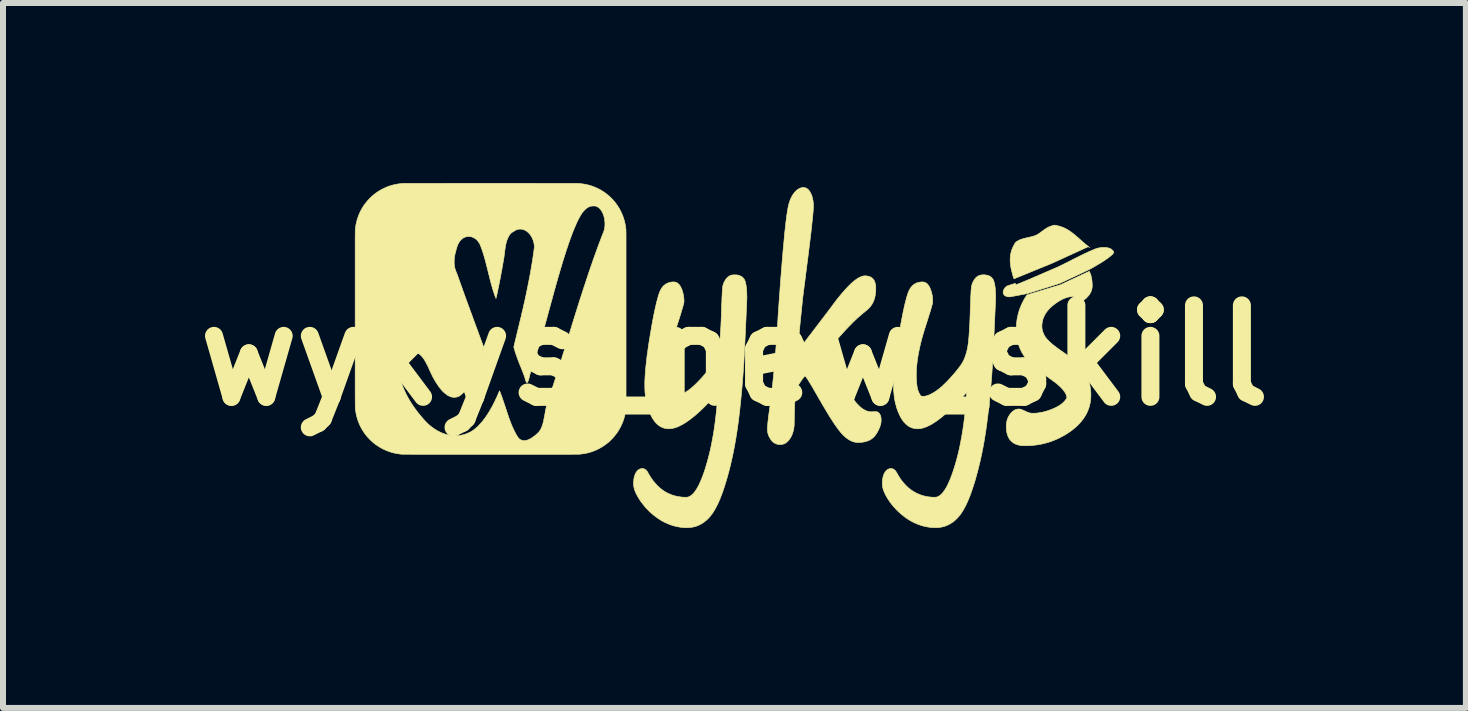
<source format=kicad_pcb>
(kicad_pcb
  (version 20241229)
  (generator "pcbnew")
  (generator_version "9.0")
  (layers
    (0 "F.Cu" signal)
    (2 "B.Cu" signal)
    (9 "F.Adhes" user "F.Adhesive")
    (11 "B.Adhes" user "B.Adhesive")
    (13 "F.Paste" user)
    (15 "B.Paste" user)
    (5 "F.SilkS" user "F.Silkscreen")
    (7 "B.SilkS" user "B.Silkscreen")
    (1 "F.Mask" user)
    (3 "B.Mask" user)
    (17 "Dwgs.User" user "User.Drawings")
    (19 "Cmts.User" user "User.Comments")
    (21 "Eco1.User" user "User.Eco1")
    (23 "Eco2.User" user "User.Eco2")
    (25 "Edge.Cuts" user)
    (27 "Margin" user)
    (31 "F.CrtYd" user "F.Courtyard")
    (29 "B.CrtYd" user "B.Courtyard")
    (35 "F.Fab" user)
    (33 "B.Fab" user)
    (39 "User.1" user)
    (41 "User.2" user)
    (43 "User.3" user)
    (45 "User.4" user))
  (footprint "wykys_new_skill"
    (layer "F.Cu")
    (at 9.188 2.873)
    (property "Reference" "wykys_new_skill" (at 0 0 0) (layer "F.SilkS") (effects (font (size 1.524 1.524) (thickness 0.3))))
    (attr through_hole)
    (fp_poly (pts (xy 5.917 -1.799) (xy 5.918 -1.798) (xy 5.918 -1.797) (xy 5.918 -1.797) (xy 5.917 -1.798) (xy 5.916 -1.799) (xy 5.916 -1.799) (xy 5.917 -1.799)) (stroke (width 0.01) (type solid)) (fill yes) (layer "F.SilkS"))
    (fp_poly (pts (xy 5.343 -2.17) (xy 5.38 -2.163) (xy 5.416 -2.154) (xy 5.452 -2.142) (xy 5.486 -2.129) (xy 5.519 -2.113) (xy 5.552 -2.095) (xy 5.555 -2.093) (xy 5.568 -2.085) (xy 5.581 -2.077) (xy 5.593 -2.068) (xy 5.606 -2.059) (xy 5.62 -2.049) (xy 5.634 -2.038) (xy 5.649 -2.027) (xy 5.665 -2.014) (xy 5.681 -2) (xy 5.699 -1.985) (xy 5.719 -1.968) (xy 5.74 -1.949) (xy 5.753 -1.938) (xy 5.766 -1.926) (xy 5.778 -1.915) (xy 5.789 -1.906) (xy 5.799 -1.897) (xy 5.808 -1.889) (xy 5.816 -1.882) (xy 5.825 -1.875) (xy 5.833 -1.868) (xy 5.842 -1.86) (xy 5.852 -1.852) (xy 5.863 -1.843) (xy 5.868 -1.839) (xy 5.877 -1.831) (xy 5.886 -1.824) (xy 5.894 -1.818) (xy 5.9 -1.812) (xy 5.906 -1.807) (xy 5.91 -1.804) (xy 5.913 -1.801) (xy 5.914 -1.801) (xy 5.913 -1.801) (xy 5.911 -1.802) (xy 5.907 -1.804) (xy 5.905 -1.806) (xy 5.901 -1.809) (xy 5.897 -1.811) (xy 5.895 -1.812) (xy 5.895 -1.812) (xy 5.894 -1.812) (xy 5.894 -1.812) (xy 5.893 -1.812) (xy 5.891 -1.811) (xy 5.889 -1.81) (xy 5.886 -1.808) (xy 5.882 -1.807) (xy 5.877 -1.805) (xy 5.871 -1.802) (xy 5.864 -1.799) (xy 5.856 -1.795) (xy 5.847 -1.791) (xy 5.836 -1.786) (xy 5.823 -1.78) (xy 5.809 -1.773) (xy 5.793 -1.766) (xy 5.776 -1.758) (xy 5.756 -1.749) (xy 5.734 -1.739) (xy 5.711 -1.729) (xy 5.685 -1.717) (xy 5.682 -1.715) (xy 5.662 -1.706) (xy 5.641 -1.697) (xy 5.618 -1.686) (xy 5.594 -1.675) (xy 5.569 -1.664) (xy 5.543 -1.652) (xy 5.518 -1.64) (xy 5.493 -1.629) (xy 5.469 -1.618) (xy 5.446 -1.607) (xy 5.424 -1.598) (xy 5.419 -1.595) (xy 5.283 -1.533) (xy 4.971 -1.406) (xy 4.944 -1.395) (xy 4.918 -1.384) (xy 4.892 -1.373) (xy 4.867 -1.363) (xy 4.843 -1.354) (xy 4.82 -1.344) (xy 4.798 -1.335) (xy 4.778 -1.327) (xy 4.759 -1.319) (xy 4.741 -1.312) (xy 4.724 -1.305) (xy 4.709 -1.299) (xy 4.696 -1.294) (xy 4.685 -1.289) (xy 4.675 -1.285) (xy 4.668 -1.282) (xy 4.662 -1.28) (xy 4.659 -1.278) (xy 4.658 -1.278) (xy 4.657 -1.279) (xy 4.655 -1.282) (xy 4.654 -1.287) (xy 4.651 -1.294) (xy 4.649 -1.3) (xy 4.637 -1.339) (xy 4.627 -1.377) (xy 4.618 -1.412) (xy 4.61 -1.446) (xy 4.604 -1.478) (xy 4.599 -1.509) (xy 4.596 -1.539) (xy 4.595 -1.55) (xy 4.594 -1.56) (xy 4.594 -1.572) (xy 4.594 -1.585) (xy 4.594 -1.599) (xy 4.594 -1.613) (xy 4.595 -1.627) (xy 4.595 -1.64) (xy 4.596 -1.651) (xy 4.597 -1.661) (xy 4.603 -1.694) (xy 4.611 -1.727) (xy 4.62 -1.759) (xy 4.633 -1.79) (xy 4.647 -1.821) (xy 4.664 -1.852) (xy 4.67 -1.862) (xy 4.674 -1.87) (xy 4.679 -1.877) (xy 4.683 -1.882) (xy 4.687 -1.887) (xy 4.692 -1.891) (xy 4.698 -1.895) (xy 4.705 -1.9) (xy 4.713 -1.905) (xy 4.714 -1.905) (xy 4.726 -1.913) (xy 4.739 -1.919) (xy 4.753 -1.926) (xy 4.767 -1.932) (xy 4.783 -1.937) (xy 4.8 -1.943) (xy 4.818 -1.948) (xy 4.838 -1.953) (xy 4.86 -1.959) (xy 4.884 -1.964) (xy 4.887 -1.965) (xy 4.91 -1.97) (xy 4.93 -1.974) (xy 4.948 -1.979) (xy 4.965 -1.983) (xy 4.98 -1.987) (xy 4.994 -1.992) (xy 5.007 -1.996) (xy 5.02 -2.002) (xy 5.031 -2.007) (xy 5.043 -2.013) (xy 5.055 -2.02) (xy 5.067 -2.028) (xy 5.08 -2.036) (xy 5.094 -2.046) (xy 5.109 -2.057) (xy 5.121 -2.066) (xy 5.132 -2.074) (xy 5.142 -2.081) (xy 5.15 -2.087) (xy 5.157 -2.092) (xy 5.163 -2.097) (xy 5.169 -2.101) (xy 5.174 -2.104) (xy 5.179 -2.108) (xy 5.184 -2.111) (xy 5.208 -2.126) (xy 5.231 -2.138) (xy 5.254 -2.149) (xy 5.278 -2.157) (xy 5.302 -2.165) (xy 5.315 -2.168) (xy 5.33 -2.172) (xy 5.343 -2.17)) (stroke (width 0.01) (type solid)) (fill yes) (layer "F.SilkS"))
    (fp_poly (pts (xy 6.163 -1.8) (xy 6.175 -1.8) (xy 6.186 -1.799) (xy 6.196 -1.799) (xy 6.2 -1.798) (xy 6.221 -1.794) (xy 6.239 -1.789) (xy 6.256 -1.783) (xy 6.27 -1.776) (xy 6.284 -1.767) (xy 6.295 -1.757) (xy 6.299 -1.753) (xy 6.305 -1.746) (xy 6.31 -1.74) (xy 6.314 -1.734) (xy 6.315 -1.731) (xy 6.318 -1.725) (xy 6.319 -1.722) (xy 6.32 -1.719) (xy 6.32 -1.717) (xy 6.32 -1.715) (xy 6.319 -1.714) (xy 6.315 -1.707) (xy 6.309 -1.698) (xy 6.301 -1.689) (xy 6.291 -1.679) (xy 6.279 -1.668) (xy 6.265 -1.656) (xy 6.249 -1.643) (xy 6.232 -1.63) (xy 6.231 -1.629) (xy 6.213 -1.616) (xy 6.194 -1.603) (xy 6.173 -1.588) (xy 6.15 -1.573) (xy 6.126 -1.558) (xy 6.101 -1.542) (xy 6.074 -1.526) (xy 6.047 -1.51) (xy 6.02 -1.494) (xy 5.993 -1.478) (xy 5.965 -1.462) (xy 5.938 -1.447) (xy 5.93 -1.442) (xy 5.926 -1.44) (xy 5.92 -1.437) (xy 5.911 -1.433) (xy 5.901 -1.428) (xy 5.889 -1.422) (xy 5.875 -1.415) (xy 5.859 -1.408) (xy 5.841 -1.4) (xy 5.822 -1.39) (xy 5.802 -1.381) (xy 5.78 -1.37) (xy 5.757 -1.359) (xy 5.732 -1.348) (xy 5.707 -1.336) (xy 5.681 -1.324) (xy 5.664 -1.316) (xy 5.424 -1.203) (xy 5.165 -1.121) (xy 5.14 -1.114) (xy 5.116 -1.106) (xy 5.092 -1.098) (xy 5.069 -1.091) (xy 5.047 -1.084) (xy 5.026 -1.078) (xy 5.006 -1.071) (xy 4.988 -1.066) (xy 4.971 -1.06) (xy 4.955 -1.055) (xy 4.941 -1.051) (xy 4.929 -1.047) (xy 4.918 -1.044) (xy 4.91 -1.041) (xy 4.903 -1.039) (xy 4.899 -1.037) (xy 4.897 -1.037) (xy 4.892 -1.035) (xy 4.884 -1.033) (xy 4.874 -1.031) (xy 4.862 -1.028) (xy 4.847 -1.025) (xy 4.829 -1.022) (xy 4.809 -1.018) (xy 4.787 -1.013) (xy 4.762 -1.009) (xy 4.735 -1.004) (xy 4.705 -0.998) (xy 4.705 -0.998) (xy 4.693 -0.996) (xy 4.68 -0.994) (xy 4.668 -0.991) (xy 4.656 -0.989) (xy 4.646 -0.987) (xy 4.637 -0.985) (xy 4.631 -0.984) (xy 4.623 -0.983) (xy 4.614 -0.981) (xy 4.605 -0.98) (xy 4.596 -0.978) (xy 4.589 -0.977) (xy 4.582 -0.977) (xy 4.578 -0.977) (xy 4.576 -0.977) (xy 4.575 -0.977) (xy 4.571 -0.977) (xy 4.566 -0.978) (xy 4.564 -0.978) (xy 4.546 -0.98) (xy 4.531 -0.985) (xy 4.517 -0.991) (xy 4.505 -0.998) (xy 4.494 -1.008) (xy 4.486 -1.019) (xy 4.481 -1.026) (xy 4.479 -1.033) (xy 4.477 -1.041) (xy 4.477 -1.05) (xy 4.477 -1.051) (xy 4.478 -1.064) (xy 4.48 -1.077) (xy 4.485 -1.091) (xy 4.488 -1.096) (xy 4.497 -1.112) (xy 4.507 -1.127) (xy 4.519 -1.14) (xy 4.527 -1.147) (xy 4.531 -1.15) (xy 4.536 -1.153) (xy 4.541 -1.156) (xy 4.547 -1.159) (xy 4.555 -1.162) (xy 4.564 -1.165) (xy 4.564 -1.165) (xy 4.57 -1.167) (xy 4.577 -1.17) (xy 4.585 -1.172) (xy 4.594 -1.175) (xy 4.604 -1.178) (xy 4.614 -1.182) (xy 4.625 -1.185) (xy 4.635 -1.188) (xy 4.645 -1.191) (xy 4.654 -1.194) (xy 4.663 -1.196) (xy 4.669 -1.198) (xy 4.675 -1.2) (xy 4.678 -1.201) (xy 4.679 -1.201) (xy 4.681 -1.2) (xy 4.682 -1.196) (xy 4.684 -1.192) (xy 4.684 -1.19) (xy 4.686 -1.186) (xy 4.687 -1.182) (xy 4.688 -1.179) (xy 4.689 -1.179) (xy 4.69 -1.179) (xy 4.692 -1.179) (xy 4.695 -1.18) (xy 4.7 -1.182) (xy 4.707 -1.185) (xy 4.716 -1.188) (xy 4.727 -1.192) (xy 4.737 -1.196) (xy 4.754 -1.203) (xy 4.772 -1.21) (xy 4.789 -1.217) (xy 4.808 -1.225) (xy 4.826 -1.233) (xy 4.846 -1.241) (xy 4.866 -1.249) (xy 4.888 -1.258) (xy 4.911 -1.268) (xy 4.935 -1.278) (xy 4.96 -1.289) (xy 4.987 -1.301) (xy 5.015 -1.313) (xy 5.046 -1.326) (xy 5.078 -1.34) (xy 5.112 -1.355) (xy 5.14 -1.367) (xy 5.158 -1.375) (xy 5.176 -1.383) (xy 5.195 -1.391) (xy 5.213 -1.399) (xy 5.231 -1.406) (xy 5.248 -1.414) (xy 5.264 -1.421) (xy 5.279 -1.427) (xy 5.292 -1.433) (xy 5.304 -1.438) (xy 5.314 -1.442) (xy 5.316 -1.443) (xy 5.328 -1.449) (xy 5.341 -1.454) (xy 5.353 -1.459) (xy 5.364 -1.464) (xy 5.375 -1.469) (xy 5.384 -1.473) (xy 5.391 -1.476) (xy 5.394 -1.478) (xy 5.403 -1.482) (xy 5.414 -1.487) (xy 5.427 -1.493) (xy 5.442 -1.501) (xy 5.459 -1.509) (xy 5.478 -1.518) (xy 5.498 -1.528) (xy 5.519 -1.539) (xy 5.542 -1.55) (xy 5.566 -1.562) (xy 5.591 -1.575) (xy 5.617 -1.588) (xy 5.624 -1.592) (xy 5.661 -1.611) (xy 5.696 -1.628) (xy 5.729 -1.644) (xy 5.759 -1.66) (xy 5.788 -1.674) (xy 5.815 -1.687) (xy 5.841 -1.699) (xy 5.864 -1.71) (xy 5.887 -1.721) (xy 5.907 -1.73) (xy 5.927 -1.739) (xy 5.945 -1.746) (xy 5.958 -1.752) (xy 5.965 -1.755) (xy 5.972 -1.758) (xy 5.979 -1.762) (xy 5.981 -1.762) (xy 6.001 -1.771) (xy 6.023 -1.779) (xy 6.046 -1.786) (xy 6.072 -1.792) (xy 6.098 -1.797) (xy 6.106 -1.798) (xy 6.115 -1.799) (xy 6.126 -1.8) (xy 6.138 -1.8) (xy 6.15 -1.8) (xy 6.163 -1.8)) (stroke (width 0.01) (type solid)) (fill yes) (layer "F.SilkS"))
    (fp_poly (pts (xy 5.912 -1.401) (xy 5.914 -1.398) (xy 5.916 -1.394) (xy 5.919 -1.388) (xy 5.922 -1.382) (xy 5.924 -1.376) (xy 5.927 -1.37) (xy 5.928 -1.367) (xy 5.937 -1.343) (xy 5.944 -1.317) (xy 5.95 -1.289) (xy 5.955 -1.26) (xy 5.956 -1.248) (xy 5.957 -1.238) (xy 5.958 -1.227) (xy 5.959 -1.214) (xy 5.96 -1.202) (xy 5.96 -1.19) (xy 5.961 -1.178) (xy 5.961 -1.167) (xy 5.961 -1.158) (xy 5.961 -1.153) (xy 5.959 -1.129) (xy 5.955 -1.107) (xy 5.949 -1.085) (xy 5.941 -1.065) (xy 5.932 -1.044) (xy 5.92 -1.025) (xy 5.906 -1.005) (xy 5.89 -0.985) (xy 5.872 -0.966) (xy 5.858 -0.951) (xy 5.843 -0.939) (xy 5.829 -0.929) (xy 5.818 -0.923) (xy 5.808 -0.918) (xy 5.8 -0.915) (xy 5.792 -0.914) (xy 5.784 -0.913) (xy 5.781 -0.913) (xy 5.774 -0.915) (xy 5.765 -0.918) (xy 5.755 -0.923) (xy 5.743 -0.929) (xy 5.73 -0.938) (xy 5.728 -0.939) (xy 5.716 -0.947) (xy 5.706 -0.954) (xy 5.697 -0.96) (xy 5.69 -0.964) (xy 5.684 -0.968) (xy 5.678 -0.971) (xy 5.673 -0.973) (xy 5.668 -0.976) (xy 5.663 -0.977) (xy 5.66 -0.979) (xy 5.656 -0.98) (xy 5.653 -0.981) (xy 5.65 -0.981) (xy 5.646 -0.982) (xy 5.641 -0.982) (xy 5.635 -0.982) (xy 5.628 -0.981) (xy 5.601 -0.979) (xy 5.572 -0.975) (xy 5.544 -0.968) (xy 5.514 -0.958) (xy 5.485 -0.946) (xy 5.454 -0.932) (xy 5.423 -0.915) (xy 5.392 -0.896) (xy 5.359 -0.874) (xy 5.338 -0.858) (xy 5.313 -0.839) (xy 5.289 -0.819) (xy 5.268 -0.8) (xy 5.249 -0.781) (xy 5.231 -0.762) (xy 5.214 -0.742) (xy 5.199 -0.722) (xy 5.191 -0.71) (xy 5.175 -0.685) (xy 5.162 -0.66) (xy 5.151 -0.635) (xy 5.141 -0.609) (xy 5.134 -0.583) (xy 5.128 -0.555) (xy 5.128 -0.552) (xy 5.124 -0.522) (xy 5.122 -0.493) (xy 5.123 -0.465) (xy 5.126 -0.438) (xy 5.132 -0.411) (xy 5.141 -0.385) (xy 5.151 -0.359) (xy 5.165 -0.333) (xy 5.178 -0.311) (xy 5.19 -0.294) (xy 5.203 -0.277) (xy 5.219 -0.26) (xy 5.237 -0.242) (xy 5.256 -0.223) (xy 5.278 -0.203) (xy 5.297 -0.187) (xy 5.311 -0.176) (xy 5.325 -0.165) (xy 5.339 -0.154) (xy 5.354 -0.143) (xy 5.369 -0.131) (xy 5.386 -0.119) (xy 5.404 -0.106) (xy 5.424 -0.091) (xy 5.443 -0.078) (xy 5.474 -0.057) (xy 5.504 -0.036) (xy 5.531 -0.016) (xy 5.556 0.003) (xy 5.581 0.021) (xy 5.603 0.039) (xy 5.625 0.056) (xy 5.645 0.073) (xy 5.664 0.09) (xy 5.683 0.107) (xy 5.701 0.124) (xy 5.719 0.141) (xy 5.724 0.146) (xy 5.746 0.169) (xy 5.767 0.191) (xy 5.786 0.213) (xy 5.803 0.234) (xy 5.818 0.255) (xy 5.833 0.277) (xy 5.846 0.299) (xy 5.859 0.322) (xy 5.867 0.338) (xy 5.884 0.377) (xy 5.899 0.416) (xy 5.912 0.456) (xy 5.922 0.496) (xy 5.929 0.538) (xy 5.935 0.58) (xy 5.938 0.623) (xy 5.938 0.667) (xy 5.938 0.674) (xy 5.936 0.715) (xy 5.932 0.755) (xy 5.926 0.794) (xy 5.917 0.832) (xy 5.907 0.869) (xy 5.894 0.905) (xy 5.879 0.941) (xy 5.867 0.966) (xy 5.847 1.002) (xy 5.825 1.037) (xy 5.8 1.072) (xy 5.773 1.105) (xy 5.744 1.138) (xy 5.712 1.17) (xy 5.678 1.201) (xy 5.642 1.231) (xy 5.603 1.261) (xy 5.562 1.289) (xy 5.518 1.317) (xy 5.51 1.322) (xy 5.46 1.35) (xy 5.41 1.376) (xy 5.36 1.399) (xy 5.308 1.42) (xy 5.256 1.439) (xy 5.203 1.455) (xy 5.149 1.469) (xy 5.094 1.481) (xy 5.038 1.49) (xy 4.981 1.497) (xy 4.923 1.502) (xy 4.91 1.502) (xy 4.902 1.503) (xy 4.892 1.503) (xy 4.881 1.503) (xy 4.869 1.503) (xy 4.857 1.503) (xy 4.844 1.503) (xy 4.832 1.503) (xy 4.821 1.503) (xy 4.811 1.503) (xy 4.802 1.503) (xy 4.796 1.502) (xy 4.794 1.502) (xy 4.764 1.499) (xy 4.736 1.493) (xy 4.71 1.486) (xy 4.685 1.477) (xy 4.663 1.466) (xy 4.642 1.453) (xy 4.623 1.438) (xy 4.606 1.422) (xy 4.59 1.404) (xy 4.576 1.384) (xy 4.564 1.362) (xy 4.554 1.339) (xy 4.546 1.313) (xy 4.542 1.298) (xy 4.539 1.286) (xy 4.536 1.272) (xy 4.534 1.257) (xy 4.532 1.243) (xy 4.531 1.238) (xy 4.531 1.229) (xy 4.53 1.218) (xy 4.529 1.206) (xy 4.529 1.194) (xy 4.529 1.181) (xy 4.529 1.169) (xy 4.529 1.158) (xy 4.53 1.149) (xy 4.53 1.147) (xy 4.534 1.118) (xy 4.539 1.09) (xy 4.547 1.064) (xy 4.556 1.039) (xy 4.568 1.015) (xy 4.583 0.992) (xy 4.592 0.978) (xy 4.608 0.958) (xy 4.625 0.942) (xy 4.641 0.927) (xy 4.659 0.915) (xy 4.677 0.905) (xy 4.695 0.898) (xy 4.714 0.894) (xy 4.716 0.894) (xy 4.725 0.892) (xy 4.734 0.892) (xy 4.742 0.892) (xy 4.751 0.892) (xy 4.76 0.894) (xy 4.77 0.897) (xy 4.781 0.9) (xy 4.793 0.905) (xy 4.806 0.91) (xy 4.821 0.917) (xy 4.838 0.925) (xy 4.843 0.927) (xy 4.859 0.935) (xy 4.873 0.941) (xy 4.886 0.947) (xy 4.898 0.951) (xy 4.909 0.955) (xy 4.92 0.957) (xy 4.931 0.96) (xy 4.941 0.961) (xy 4.947 0.962) (xy 4.954 0.962) (xy 4.963 0.962) (xy 4.973 0.962) (xy 4.984 0.962) (xy 4.995 0.962) (xy 5.007 0.962) (xy 5.018 0.961) (xy 5.028 0.961) (xy 5.037 0.96) (xy 5.041 0.96) (xy 5.081 0.954) (xy 5.12 0.947) (xy 5.158 0.939) (xy 5.197 0.928) (xy 5.236 0.915) (xy 5.276 0.901) (xy 5.29 0.895) (xy 5.325 0.881) (xy 5.357 0.865) (xy 5.387 0.849) (xy 5.416 0.832) (xy 5.441 0.814) (xy 5.452 0.806) (xy 5.462 0.798) (xy 5.472 0.789) (xy 5.482 0.78) (xy 5.491 0.77) (xy 5.501 0.76) (xy 5.509 0.75) (xy 5.517 0.74) (xy 5.524 0.73) (xy 5.53 0.722) (xy 5.534 0.714) (xy 5.537 0.707) (xy 5.538 0.702) (xy 5.538 0.701) (xy 5.538 0.692) (xy 5.535 0.68) (xy 5.532 0.668) (xy 5.527 0.655) (xy 5.521 0.641) (xy 5.514 0.628) (xy 5.507 0.615) (xy 5.503 0.61) (xy 5.488 0.589) (xy 5.471 0.567) (xy 5.451 0.545) (xy 5.429 0.523) (xy 5.405 0.5) (xy 5.378 0.477) (xy 5.348 0.453) (xy 5.316 0.429) (xy 5.282 0.404) (xy 5.274 0.398) (xy 5.259 0.388) (xy 5.247 0.38) (xy 5.236 0.372) (xy 5.227 0.365) (xy 5.218 0.359) (xy 5.211 0.354) (xy 5.203 0.349) (xy 5.196 0.344) (xy 5.189 0.339) (xy 5.182 0.333) (xy 5.174 0.327) (xy 5.172 0.326) (xy 5.128 0.294) (xy 5.087 0.262) (xy 5.048 0.231) (xy 5.011 0.2) (xy 4.977 0.17) (xy 4.945 0.141) (xy 4.916 0.112) (xy 4.889 0.084) (xy 4.865 0.057) (xy 4.843 0.03) (xy 4.823 0.004) (xy 4.806 -0.022) (xy 4.802 -0.029) (xy 4.79 -0.049) (xy 4.779 -0.071) (xy 4.767 -0.095) (xy 4.756 -0.12) (xy 4.746 -0.146) (xy 4.737 -0.172) (xy 4.729 -0.198) (xy 4.721 -0.223) (xy 4.72 -0.228) (xy 4.713 -0.26) (xy 4.707 -0.292) (xy 4.702 -0.323) (xy 4.698 -0.354) (xy 4.696 -0.386) (xy 4.695 -0.42) (xy 4.696 -0.449) (xy 4.696 -0.465) (xy 4.696 -0.48) (xy 4.697 -0.493) (xy 4.698 -0.505) (xy 4.698 -0.517) (xy 4.699 -0.529) (xy 4.701 -0.543) (xy 4.702 -0.551) (xy 4.708 -0.6) (xy 4.718 -0.65) (xy 4.729 -0.698) (xy 4.743 -0.746) (xy 4.76 -0.793) (xy 4.779 -0.839) (xy 4.8 -0.884) (xy 4.823 -0.929) (xy 4.849 -0.972) (xy 4.864 -0.995) (xy 4.873 -1.008) (xy 4.885 -1.012) (xy 4.888 -1.013) (xy 4.892 -1.014) (xy 4.899 -1.016) (xy 4.908 -1.019) (xy 4.919 -1.022) (xy 4.932 -1.026) (xy 4.947 -1.031) (xy 4.963 -1.036) (xy 4.98 -1.041) (xy 4.999 -1.047) (xy 5.02 -1.053) (xy 5.041 -1.059) (xy 5.064 -1.066) (xy 5.087 -1.073) (xy 5.111 -1.081) (xy 5.136 -1.088) (xy 5.162 -1.096) (xy 5.168 -1.098) (xy 5.438 -1.18) (xy 5.674 -1.291) (xy 5.697 -1.302) (xy 5.72 -1.312) (xy 5.742 -1.323) (xy 5.763 -1.332) (xy 5.783 -1.342) (xy 5.802 -1.351) (xy 5.82 -1.359) (xy 5.836 -1.367) (xy 5.851 -1.374) (xy 5.865 -1.381) (xy 5.877 -1.386) (xy 5.888 -1.391) (xy 5.896 -1.395) (xy 5.903 -1.398) (xy 5.908 -1.401) (xy 5.911 -1.402) (xy 5.911 -1.402) (xy 5.912 -1.401)) (stroke (width 0.01) (type solid)) (fill yes) (layer "F.SilkS"))
    (fp_poly (pts (xy 4.171 -1.343) (xy 4.194 -1.34) (xy 4.215 -1.336) (xy 4.234 -1.33) (xy 4.252 -1.322) (xy 4.268 -1.312) (xy 4.282 -1.3) (xy 4.295 -1.286) (xy 4.301 -1.279) (xy 4.308 -1.268) (xy 4.315 -1.254) (xy 4.321 -1.239) (xy 4.326 -1.222) (xy 4.331 -1.203) (xy 4.336 -1.182) (xy 4.337 -1.175) (xy 4.34 -1.158) (xy 4.342 -1.142) (xy 4.344 -1.126) (xy 4.346 -1.109) (xy 4.347 -1.09) (xy 4.348 -1.071) (xy 4.349 -1.05) (xy 4.35 -1.026) (xy 4.351 -1.003) (xy 4.352 -0.957) (xy 4.333 -0.542) (xy 4.331 -0.5) (xy 4.329 -0.46) (xy 4.328 -0.423) (xy 4.326 -0.388) (xy 4.325 -0.355) (xy 4.323 -0.324) (xy 4.322 -0.295) (xy 4.321 -0.268) (xy 4.319 -0.243) (xy 4.318 -0.22) (xy 4.317 -0.198) (xy 4.316 -0.178) (xy 4.316 -0.159) (xy 4.315 -0.141) (xy 4.314 -0.125) (xy 4.313 -0.11) (xy 4.313 -0.097) (xy 4.312 -0.084) (xy 4.311 -0.072) (xy 4.311 -0.061) (xy 4.31 -0.05) (xy 4.31 -0.04) (xy 4.309 -0.031) (xy 4.309 -0.022) (xy 4.309 -0.014) (xy 4.308 -0.006) (xy 4.308 0.002) (xy 4.307 0.01) (xy 4.307 0.018) (xy 4.306 0.025) (xy 4.306 0.033) (xy 4.305 0.042) (xy 4.305 0.046) (xy 4.296 0.201) (xy 4.285 0.354) (xy 4.273 0.506) (xy 4.259 0.656) (xy 4.244 0.807) (xy 4.227 0.957) (xy 4.214 1.06) (xy 4.201 1.164) (xy 4.186 1.266) (xy 4.17 1.366) (xy 4.154 1.464) (xy 4.136 1.559) (xy 4.117 1.653) (xy 4.097 1.746) (xy 4.075 1.836) (xy 4.053 1.925) (xy 4.029 2.012) (xy 4.005 2.098) (xy 3.992 2.139) (xy 3.974 2.195) (xy 3.956 2.249) (xy 3.938 2.3) (xy 3.92 2.349) (xy 3.901 2.395) (xy 3.882 2.439) (xy 3.863 2.48) (xy 3.844 2.518) (xy 3.825 2.554) (xy 3.805 2.588) (xy 3.786 2.619) (xy 3.766 2.647) (xy 3.762 2.652) (xy 3.748 2.67) (xy 3.733 2.688) (xy 3.717 2.706) (xy 3.7 2.723) (xy 3.683 2.739) (xy 3.676 2.746) (xy 3.648 2.769) (xy 3.619 2.789) (xy 3.59 2.807) (xy 3.56 2.823) (xy 3.53 2.836) (xy 3.498 2.848) (xy 3.465 2.856) (xy 3.431 2.863) (xy 3.41 2.866) (xy 3.402 2.867) (xy 3.393 2.867) (xy 3.382 2.868) (xy 3.369 2.868) (xy 3.357 2.868) (xy 3.344 2.868) (xy 3.332 2.868) (xy 3.32 2.868) (xy 3.31 2.868) (xy 3.306 2.868) (xy 3.261 2.864) (xy 3.217 2.857) (xy 3.174 2.849) (xy 3.131 2.838) (xy 3.089 2.825) (xy 3.047 2.809) (xy 3.005 2.791) (xy 2.977 2.778) (xy 2.966 2.772) (xy 2.954 2.766) (xy 2.943 2.759) (xy 2.931 2.753) (xy 2.921 2.747) (xy 2.912 2.741) (xy 2.906 2.738) (xy 2.903 2.735) (xy 2.897 2.732) (xy 2.891 2.728) (xy 2.884 2.723) (xy 2.876 2.718) (xy 2.874 2.717) (xy 2.836 2.69) (xy 2.799 2.661) (xy 2.762 2.63) (xy 2.726 2.597) (xy 2.692 2.562) (xy 2.658 2.526) (xy 2.641 2.506) (xy 2.62 2.48) (xy 2.599 2.453) (xy 2.58 2.425) (xy 2.561 2.398) (xy 2.544 2.37) (xy 2.528 2.343) (xy 2.514 2.316) (xy 2.501 2.29) (xy 2.491 2.265) (xy 2.483 2.245) (xy 2.476 2.223) (xy 2.471 2.203) (xy 2.467 2.184) (xy 2.465 2.164) (xy 2.464 2.143) (xy 2.464 2.121) (xy 2.464 2.114) (xy 2.466 2.084) (xy 2.469 2.057) (xy 2.474 2.031) (xy 2.48 2.007) (xy 2.488 1.984) (xy 2.495 1.968) (xy 2.506 1.949) (xy 2.517 1.933) (xy 2.529 1.919) (xy 2.542 1.907) (xy 2.556 1.898) (xy 2.571 1.891) (xy 2.583 1.887) (xy 2.591 1.885) (xy 2.601 1.885) (xy 2.611 1.884) (xy 2.621 1.885) (xy 2.629 1.886) (xy 2.63 1.887) (xy 2.642 1.891) (xy 2.654 1.897) (xy 2.666 1.906) (xy 2.676 1.915) (xy 2.681 1.92) (xy 2.685 1.926) (xy 2.69 1.932) (xy 2.694 1.938) (xy 2.698 1.945) (xy 2.703 1.953) (xy 2.707 1.96) (xy 2.73 2) (xy 2.753 2.037) (xy 2.777 2.072) (xy 2.802 2.104) (xy 2.828 2.135) (xy 2.854 2.163) (xy 2.881 2.19) (xy 2.909 2.214) (xy 2.941 2.239) (xy 2.974 2.261) (xy 3.008 2.281) (xy 3.043 2.299) (xy 3.08 2.315) (xy 3.117 2.329) (xy 3.155 2.34) (xy 3.195 2.349) (xy 3.236 2.356) (xy 3.278 2.36) (xy 3.286 2.361) (xy 3.296 2.362) (xy 3.307 2.362) (xy 3.319 2.362) (xy 3.33 2.362) (xy 3.34 2.362) (xy 3.349 2.362) (xy 3.357 2.361) (xy 3.363 2.361) (xy 3.364 2.36) (xy 3.379 2.356) (xy 3.394 2.35) (xy 3.409 2.342) (xy 3.423 2.332) (xy 3.438 2.32) (xy 3.449 2.309) (xy 3.465 2.293) (xy 3.48 2.274) (xy 3.495 2.254) (xy 3.51 2.231) (xy 3.525 2.207) (xy 3.54 2.18) (xy 3.555 2.151) (xy 3.569 2.119) (xy 3.584 2.086) (xy 3.599 2.049) (xy 3.614 2.011) (xy 3.619 1.998) (xy 3.633 1.959) (xy 3.647 1.917) (xy 3.661 1.874) (xy 3.675 1.829) (xy 3.689 1.782) (xy 3.702 1.734) (xy 3.715 1.685) (xy 3.722 1.659) (xy 3.739 1.588) (xy 3.755 1.514) (xy 3.77 1.438) (xy 3.785 1.36) (xy 3.798 1.281) (xy 3.811 1.199) (xy 3.822 1.117) (xy 3.833 1.032) (xy 3.842 0.946) (xy 3.85 0.86) (xy 3.858 0.772) (xy 3.864 0.683) (xy 3.865 0.672) (xy 3.865 0.662) (xy 3.866 0.652) (xy 3.866 0.643) (xy 3.867 0.636) (xy 3.867 0.63) (xy 3.868 0.626) (xy 3.868 0.624) (xy 3.868 0.621) (xy 3.868 0.618) (xy 3.867 0.617) (xy 3.866 0.618) (xy 3.864 0.621) (xy 3.86 0.625) (xy 3.855 0.631) (xy 3.85 0.637) (xy 3.843 0.644) (xy 3.84 0.647) (xy 3.806 0.686) (xy 3.771 0.723) (xy 3.737 0.76) (xy 3.703 0.796) (xy 3.669 0.83) (xy 3.636 0.863) (xy 3.604 0.894) (xy 3.572 0.924) (xy 3.543 0.951) (xy 3.504 0.985) (xy 3.466 1.017) (xy 3.429 1.047) (xy 3.393 1.074) (xy 3.358 1.099) (xy 3.324 1.121) (xy 3.291 1.142) (xy 3.259 1.16) (xy 3.227 1.175) (xy 3.197 1.189) (xy 3.167 1.2) (xy 3.139 1.209) (xy 3.111 1.215) (xy 3.09 1.219) (xy 3.079 1.22) (xy 3.066 1.221) (xy 3.052 1.221) (xy 3.038 1.221) (xy 3.025 1.22) (xy 3.014 1.219) (xy 3.012 1.219) (xy 2.986 1.214) (xy 2.961 1.207) (xy 2.936 1.197) (xy 2.913 1.185) (xy 2.891 1.171) (xy 2.869 1.155) (xy 2.849 1.136) (xy 2.829 1.115) (xy 2.81 1.092) (xy 2.793 1.068) (xy 2.779 1.046) (xy 2.765 1.021) (xy 2.752 0.994) (xy 2.739 0.966) (xy 2.726 0.937) (xy 2.715 0.906) (xy 2.704 0.876) (xy 2.697 0.851) (xy 2.688 0.817) (xy 2.679 0.783) (xy 2.672 0.748) (xy 2.666 0.712) (xy 2.661 0.674) (xy 2.657 0.634) (xy 2.653 0.593) (xy 2.653 0.592) (xy 2.652 0.584) (xy 2.652 0.573) (xy 2.652 0.561) (xy 2.651 0.547) (xy 2.651 0.532) (xy 2.651 0.517) (xy 2.651 0.501) (xy 2.651 0.485) (xy 2.651 0.469) (xy 2.651 0.454) (xy 2.651 0.44) (xy 2.651 0.427) (xy 2.652 0.417) (xy 2.654 0.372) (xy 2.656 0.326) (xy 2.66 0.278) (xy 2.664 0.227) (xy 2.669 0.175) (xy 2.675 0.121) (xy 2.681 0.065) (xy 2.689 0.007) (xy 2.697 -0.054) (xy 2.705 -0.116) (xy 2.715 -0.181) (xy 2.725 -0.248) (xy 2.737 -0.318) (xy 2.742 -0.351) (xy 2.752 -0.407) (xy 2.761 -0.462) (xy 2.77 -0.515) (xy 2.78 -0.566) (xy 2.789 -0.615) (xy 2.798 -0.662) (xy 2.807 -0.707) (xy 2.816 -0.75) (xy 2.825 -0.79) (xy 2.834 -0.829) (xy 2.842 -0.865) (xy 2.851 -0.9) (xy 2.859 -0.931) (xy 2.867 -0.961) (xy 2.875 -0.988) (xy 2.883 -1.013) (xy 2.89 -1.035) (xy 2.897 -1.055) (xy 2.899 -1.059) (xy 2.91 -1.084) (xy 2.923 -1.108) (xy 2.937 -1.129) (xy 2.952 -1.148) (xy 2.968 -1.165) (xy 2.986 -1.181) (xy 3.006 -1.193) (xy 3.026 -1.204) (xy 3.035 -1.208) (xy 3.05 -1.213) (xy 3.067 -1.218) (xy 3.084 -1.221) (xy 3.1 -1.223) (xy 3.117 -1.225) (xy 3.133 -1.225) (xy 3.148 -1.224) (xy 3.161 -1.222) (xy 3.166 -1.22) (xy 3.181 -1.214) (xy 3.195 -1.206) (xy 3.209 -1.196) (xy 3.221 -1.183) (xy 3.233 -1.167) (xy 3.245 -1.15) (xy 3.255 -1.129) (xy 3.265 -1.107) (xy 3.265 -1.106) (xy 3.277 -1.072) (xy 3.287 -1.037) (xy 3.295 -1.001) (xy 3.3 -0.965) (xy 3.302 -0.928) (xy 3.303 -0.912) (xy 3.303 -0.903) (xy 3.302 -0.895) (xy 3.302 -0.889) (xy 3.302 -0.884) (xy 3.302 -0.88) (xy 3.301 -0.876) (xy 3.3 -0.872) (xy 3.3 -0.87) (xy 3.296 -0.857) (xy 3.293 -0.843) (xy 3.289 -0.829) (xy 3.285 -0.813) (xy 3.28 -0.797) (xy 3.275 -0.78) (xy 3.27 -0.761) (xy 3.264 -0.741) (xy 3.257 -0.72) (xy 3.25 -0.697) (xy 3.242 -0.672) (xy 3.234 -0.645) (xy 3.225 -0.617) (xy 3.216 -0.587) (xy 3.205 -0.554) (xy 3.194 -0.519) (xy 3.191 -0.509) (xy 3.186 -0.495) (xy 3.182 -0.48) (xy 3.177 -0.465) (xy 3.172 -0.451) (xy 3.168 -0.438) (xy 3.164 -0.426) (xy 3.161 -0.415) (xy 3.158 -0.407) (xy 3.157 -0.401) (xy 3.136 -0.331) (xy 3.117 -0.263) (xy 3.1 -0.196) (xy 3.085 -0.13) (xy 3.072 -0.066) (xy 3.06 -0.004) (xy 3.05 0.057) (xy 3.043 0.116) (xy 3.036 0.174) (xy 3.032 0.23) (xy 3.03 0.284) (xy 3.029 0.337) (xy 3.03 0.375) (xy 3.031 0.407) (xy 3.033 0.437) (xy 3.036 0.465) (xy 3.039 0.49) (xy 3.042 0.514) (xy 3.046 0.536) (xy 3.051 0.557) (xy 3.056 0.576) (xy 3.062 0.594) (xy 3.069 0.612) (xy 3.075 0.623) (xy 3.082 0.637) (xy 3.089 0.649) (xy 3.095 0.659) (xy 3.102 0.667) (xy 3.105 0.67) (xy 3.111 0.675) (xy 3.117 0.679) (xy 3.122 0.681) (xy 3.128 0.682) (xy 3.135 0.682) (xy 3.139 0.682) (xy 3.158 0.681) (xy 3.179 0.678) (xy 3.201 0.672) (xy 3.224 0.665) (xy 3.248 0.655) (xy 3.272 0.644) (xy 3.298 0.63) (xy 3.324 0.615) (xy 3.351 0.598) (xy 3.353 0.596) (xy 3.377 0.58) (xy 3.401 0.561) (xy 3.426 0.541) (xy 3.452 0.52) (xy 3.478 0.496) (xy 3.505 0.47) (xy 3.533 0.443) (xy 3.561 0.413) (xy 3.591 0.381) (xy 3.616 0.352) (xy 3.642 0.323) (xy 3.667 0.294) (xy 3.69 0.267) (xy 3.711 0.241) (xy 3.731 0.215) (xy 3.749 0.192) (xy 3.766 0.169) (xy 3.78 0.148) (xy 3.793 0.128) (xy 3.799 0.118) (xy 3.811 0.097) (xy 3.822 0.073) (xy 3.833 0.047) (xy 3.844 0.019) (xy 3.854 -0.01) (xy 3.863 -0.041) (xy 3.872 -0.073) (xy 3.879 -0.105) (xy 3.886 -0.138) (xy 3.891 -0.172) (xy 3.896 -0.203) (xy 3.899 -0.228) (xy 3.901 -0.255) (xy 3.904 -0.284) (xy 3.907 -0.315) (xy 3.909 -0.348) (xy 3.912 -0.383) (xy 3.914 -0.421) (xy 3.916 -0.461) (xy 3.919 -0.503) (xy 3.921 -0.547) (xy 3.923 -0.593) (xy 3.925 -0.642) (xy 3.927 -0.694) (xy 3.928 -0.732) (xy 3.929 -0.746) (xy 3.929 -0.761) (xy 3.929 -0.774) (xy 3.93 -0.787) (xy 3.93 -0.799) (xy 3.931 -0.81) (xy 3.931 -0.818) (xy 3.931 -0.825) (xy 3.931 -0.828) (xy 3.933 -0.864) (xy 3.934 -0.898) (xy 3.935 -0.93) (xy 3.936 -0.959) (xy 3.937 -0.986) (xy 3.939 -1.011) (xy 3.94 -1.033) (xy 3.941 -1.054) (xy 3.942 -1.073) (xy 3.943 -1.09) (xy 3.945 -1.105) (xy 3.946 -1.119) (xy 3.947 -1.131) (xy 3.949 -1.142) (xy 3.95 -1.151) (xy 3.951 -1.159) (xy 3.952 -1.161) (xy 3.958 -1.183) (xy 3.966 -1.206) (xy 3.976 -1.228) (xy 3.988 -1.249) (xy 4.001 -1.269) (xy 4.007 -1.278) (xy 4.021 -1.294) (xy 4.036 -1.308) (xy 4.053 -1.32) (xy 4.07 -1.329) (xy 4.088 -1.336) (xy 4.091 -1.337) (xy 4.101 -1.339) (xy 4.111 -1.341) (xy 4.122 -1.343) (xy 4.134 -1.343) (xy 4.147 -1.344) (xy 4.171 -1.343)) (stroke (width 0.01) (type solid)) (fill yes) (layer "F.SilkS"))
    (fp_poly (pts (xy 0.016 -1.343) (xy 0.026 -1.343) (xy 0.036 -1.342) (xy 0.044 -1.341) (xy 0.048 -1.341) (xy 0.07 -1.336) (xy 0.089 -1.329) (xy 0.107 -1.321) (xy 0.123 -1.312) (xy 0.137 -1.3) (xy 0.15 -1.287) (xy 0.16 -1.274) (xy 0.167 -1.261) (xy 0.174 -1.246) (xy 0.18 -1.229) (xy 0.185 -1.209) (xy 0.19 -1.187) (xy 0.194 -1.163) (xy 0.198 -1.136) (xy 0.201 -1.106) (xy 0.203 -1.074) (xy 0.205 -1.04) (xy 0.206 -1.003) (xy 0.206 -0.991) (xy 0.207 -0.986) (xy 0.207 -0.982) (xy 0.207 -0.979) (xy 0.207 -0.975) (xy 0.207 -0.97) (xy 0.207 -0.966) (xy 0.207 -0.962) (xy 0.207 -0.957) (xy 0.206 -0.951) (xy 0.206 -0.945) (xy 0.206 -0.939) (xy 0.206 -0.931) (xy 0.206 -0.923) (xy 0.205 -0.914) (xy 0.205 -0.904) (xy 0.204 -0.893) (xy 0.204 -0.88) (xy 0.203 -0.867) (xy 0.203 -0.852) (xy 0.202 -0.835) (xy 0.201 -0.817) (xy 0.2 -0.798) (xy 0.199 -0.777) (xy 0.198 -0.754) (xy 0.197 -0.729) (xy 0.196 -0.702) (xy 0.195 -0.673) (xy 0.193 -0.642) (xy 0.192 -0.608) (xy 0.19 -0.573) (xy 0.188 -0.535) (xy 0.187 -0.517) (xy 0.186 -0.483) (xy 0.184 -0.45) (xy 0.183 -0.418) (xy 0.181 -0.386) (xy 0.18 -0.355) (xy 0.179 -0.324) (xy 0.177 -0.295) (xy 0.176 -0.266) (xy 0.175 -0.239) (xy 0.173 -0.213) (xy 0.172 -0.188) (xy 0.171 -0.165) (xy 0.17 -0.143) (xy 0.169 -0.123) (xy 0.168 -0.105) (xy 0.168 -0.088) (xy 0.167 -0.074) (xy 0.166 -0.062) (xy 0.166 -0.052) (xy 0.165 -0.044) (xy 0.165 -0.038) (xy 0.165 -0.038) (xy 0.156 0.124) (xy 0.145 0.284) (xy 0.133 0.443) (xy 0.119 0.601) (xy 0.104 0.758) (xy 0.087 0.915) (xy 0.071 1.054) (xy 0.057 1.159) (xy 0.042 1.263) (xy 0.026 1.364) (xy 0.009 1.463) (xy -0.009 1.561) (xy -0.028 1.656) (xy -0.049 1.749) (xy -0.07 1.841) (xy -0.093 1.931) (xy -0.117 2.019) (xy -0.142 2.105) (xy -0.153 2.14) (xy -0.171 2.197) (xy -0.189 2.25) (xy -0.207 2.302) (xy -0.226 2.35) (xy -0.244 2.397) (xy -0.263 2.44) (xy -0.282 2.482) (xy -0.302 2.52) (xy -0.321 2.556) (xy -0.341 2.59) (xy -0.361 2.621) (xy -0.381 2.65) (xy -0.401 2.675) (xy -0.408 2.684) (xy -0.417 2.694) (xy -0.426 2.704) (xy -0.436 2.714) (xy -0.445 2.724) (xy -0.454 2.732) (xy -0.46 2.738) (xy -0.486 2.76) (xy -0.513 2.781) (xy -0.54 2.799) (xy -0.567 2.814) (xy -0.595 2.828) (xy -0.624 2.84) (xy -0.639 2.845) (xy -0.667 2.853) (xy -0.694 2.86) (xy -0.723 2.864) (xy -0.752 2.867) (xy -0.783 2.869) (xy -0.815 2.869) (xy -0.84 2.868) (xy -0.885 2.864) (xy -0.929 2.857) (xy -0.974 2.848) (xy -1.018 2.837) (xy -1.061 2.823) (xy -1.105 2.806) (xy -1.147 2.787) (xy -1.172 2.776) (xy -1.181 2.771) (xy -1.189 2.766) (xy -1.197 2.762) (xy -1.204 2.759) (xy -1.211 2.755) (xy -1.218 2.751) (xy -1.225 2.746) (xy -1.233 2.741) (xy -1.242 2.735) (xy -1.252 2.729) (xy -1.264 2.721) (xy -1.272 2.716) (xy -1.311 2.688) (xy -1.35 2.658) (xy -1.387 2.626) (xy -1.424 2.592) (xy -1.459 2.556) (xy -1.493 2.519) (xy -1.525 2.479) (xy -1.556 2.438) (xy -1.57 2.418) (xy -1.591 2.385) (xy -1.61 2.354) (xy -1.627 2.324) (xy -1.642 2.294) (xy -1.654 2.266) (xy -1.664 2.238) (xy -1.672 2.211) (xy -1.677 2.185) (xy -1.68 2.165) (xy -1.681 2.154) (xy -1.681 2.141) (xy -1.681 2.126) (xy -1.681 2.111) (xy -1.68 2.095) (xy -1.678 2.079) (xy -1.677 2.064) (xy -1.675 2.05) (xy -1.674 2.045) (xy -1.669 2.021) (xy -1.662 1.999) (xy -1.654 1.978) (xy -1.645 1.959) (xy -1.635 1.942) (xy -1.623 1.927) (xy -1.611 1.914) (xy -1.598 1.903) (xy -1.587 1.897) (xy -1.574 1.891) (xy -1.56 1.887) (xy -1.546 1.885) (xy -1.531 1.884) (xy -1.518 1.886) (xy -1.507 1.889) (xy -1.498 1.893) (xy -1.491 1.897) (xy -1.483 1.902) (xy -1.475 1.909) (xy -1.472 1.913) (xy -1.466 1.919) (xy -1.46 1.925) (xy -1.455 1.931) (xy -1.45 1.939) (xy -1.445 1.947) (xy -1.439 1.957) (xy -1.437 1.962) (xy -1.413 2.003) (xy -1.388 2.042) (xy -1.362 2.079) (xy -1.335 2.113) (xy -1.307 2.145) (xy -1.278 2.175) (xy -1.248 2.203) (xy -1.217 2.228) (xy -1.185 2.252) (xy -1.152 2.273) (xy -1.118 2.291) (xy -1.082 2.308) (xy -1.079 2.309) (xy -1.045 2.323) (xy -1.01 2.334) (xy -0.974 2.344) (xy -0.937 2.351) (xy -0.9 2.357) (xy -0.863 2.361) (xy -0.826 2.362) (xy -0.808 2.362) (xy -0.797 2.362) (xy -0.788 2.361) (xy -0.781 2.36) (xy -0.774 2.359) (xy -0.768 2.357) (xy -0.762 2.355) (xy -0.755 2.352) (xy -0.751 2.35) (xy -0.734 2.341) (xy -0.718 2.329) (xy -0.701 2.315) (xy -0.685 2.298) (xy -0.668 2.279) (xy -0.652 2.257) (xy -0.636 2.233) (xy -0.619 2.206) (xy -0.603 2.177) (xy -0.587 2.145) (xy -0.571 2.11) (xy -0.555 2.073) (xy -0.539 2.033) (xy -0.523 1.991) (xy -0.507 1.947) (xy -0.502 1.932) (xy -0.479 1.859) (xy -0.457 1.785) (xy -0.436 1.708) (xy -0.416 1.63) (xy -0.397 1.549) (xy -0.38 1.466) (xy -0.364 1.38) (xy -0.348 1.293) (xy -0.335 1.203) (xy -0.322 1.111) (xy -0.311 1.018) (xy -0.3 0.922) (xy -0.291 0.824) (xy -0.285 0.745) (xy -0.284 0.731) (xy -0.283 0.717) (xy -0.282 0.702) (xy -0.281 0.688) (xy -0.28 0.675) (xy -0.279 0.663) (xy -0.279 0.651) (xy -0.278 0.641) (xy -0.278 0.633) (xy -0.277 0.626) (xy -0.277 0.621) (xy -0.277 0.619) (xy -0.277 0.618) (xy -0.278 0.619) (xy -0.28 0.621) (xy -0.284 0.625) (xy -0.288 0.629) (xy -0.294 0.635) (xy -0.296 0.638) (xy -0.341 0.688) (xy -0.385 0.735) (xy -0.428 0.781) (xy -0.469 0.824) (xy -0.51 0.865) (xy -0.55 0.903) (xy -0.589 0.94) (xy -0.627 0.974) (xy -0.664 1.006) (xy -0.701 1.035) (xy -0.736 1.063) (xy -0.771 1.088) (xy -0.804 1.111) (xy -0.837 1.132) (xy -0.869 1.151) (xy -0.9 1.167) (xy -0.931 1.182) (xy -0.96 1.194) (xy -0.966 1.196) (xy -0.991 1.204) (xy -1.016 1.211) (xy -1.04 1.216) (xy -1.065 1.22) (xy -1.088 1.221) (xy -1.11 1.221) (xy -1.114 1.221) (xy -1.14 1.217) (xy -1.166 1.212) (xy -1.19 1.205) (xy -1.213 1.195) (xy -1.235 1.184) (xy -1.257 1.169) (xy -1.278 1.153) (xy -1.282 1.15) (xy -1.3 1.133) (xy -1.318 1.113) (xy -1.335 1.092) (xy -1.352 1.068) (xy -1.368 1.042) (xy -1.383 1.014) (xy -1.398 0.985) (xy -1.412 0.954) (xy -1.425 0.921) (xy -1.437 0.887) (xy -1.448 0.852) (xy -1.457 0.816) (xy -1.458 0.815) (xy -1.465 0.785) (xy -1.471 0.754) (xy -1.477 0.723) (xy -1.482 0.691) (xy -1.486 0.659) (xy -1.489 0.625) (xy -1.492 0.591) (xy -1.493 0.556) (xy -1.494 0.519) (xy -1.494 0.48) (xy -1.494 0.441) (xy -1.492 0.399) (xy -1.49 0.356) (xy -1.487 0.311) (xy -1.484 0.264) (xy -1.48 0.215) (xy -1.474 0.163) (xy -1.472 0.145) (xy -1.468 0.104) (xy -1.463 0.062) (xy -1.458 0.018) (xy -1.452 -0.026) (xy -1.445 -0.072) (xy -1.439 -0.119) (xy -1.432 -0.166) (xy -1.425 -0.214) (xy -1.417 -0.262) (xy -1.409 -0.311) (xy -1.401 -0.359) (xy -1.393 -0.407) (xy -1.385 -0.455) (xy -1.377 -0.502) (xy -1.368 -0.549) (xy -1.36 -0.594) (xy -1.351 -0.639) (xy -1.343 -0.682) (xy -1.334 -0.723) (xy -1.326 -0.763) (xy -1.317 -0.801) (xy -1.309 -0.837) (xy -1.301 -0.871) (xy -1.294 -0.9) (xy -1.286 -0.929) (xy -1.279 -0.956) (xy -1.272 -0.98) (xy -1.266 -1.003) (xy -1.259 -1.023) (xy -1.252 -1.042) (xy -1.246 -1.059) (xy -1.239 -1.075) (xy -1.232 -1.089) (xy -1.225 -1.102) (xy -1.218 -1.115) (xy -1.21 -1.126) (xy -1.202 -1.137) (xy -1.195 -1.146) (xy -1.18 -1.162) (xy -1.162 -1.177) (xy -1.144 -1.19) (xy -1.124 -1.201) (xy -1.103 -1.21) (xy -1.081 -1.217) (xy -1.076 -1.218) (xy -1.064 -1.221) (xy -1.052 -1.222) (xy -1.04 -1.224) (xy -1.027 -1.225) (xy -1.015 -1.225) (xy -1.004 -1.225) (xy -0.995 -1.224) (xy -0.988 -1.223) (xy -0.972 -1.218) (xy -0.957 -1.211) (xy -0.944 -1.202) (xy -0.931 -1.191) (xy -0.919 -1.178) (xy -0.918 -1.176) (xy -0.908 -1.163) (xy -0.899 -1.148) (xy -0.891 -1.131) (xy -0.882 -1.113) (xy -0.874 -1.093) (xy -0.867 -1.071) (xy -0.861 -1.049) (xy -0.855 -1.026) (xy -0.852 -1.01) (xy -0.85 -0.998) (xy -0.848 -0.985) (xy -0.846 -0.971) (xy -0.844 -0.957) (xy -0.843 -0.943) (xy -0.842 -0.93) (xy -0.841 -0.917) (xy -0.841 -0.906) (xy -0.841 -0.897) (xy -0.842 -0.889) (xy -0.842 -0.887) (xy -0.843 -0.88) (xy -0.845 -0.871) (xy -0.848 -0.86) (xy -0.851 -0.847) (xy -0.855 -0.833) (xy -0.859 -0.817) (xy -0.864 -0.799) (xy -0.87 -0.779) (xy -0.877 -0.757) (xy -0.884 -0.733) (xy -0.892 -0.706) (xy -0.9 -0.678) (xy -0.91 -0.648) (xy -0.92 -0.615) (xy -0.931 -0.58) (xy -0.943 -0.543) (xy -0.956 -0.504) (xy -0.966 -0.471) (xy -0.976 -0.441) (xy -0.985 -0.412) (xy -0.993 -0.385) (xy -1 -0.359) (xy -1.008 -0.335) (xy -1.014 -0.311) (xy -1.021 -0.288) (xy -1.027 -0.264) (xy -1.033 -0.241) (xy -1.039 -0.218) (xy -1.043 -0.203) (xy -1.056 -0.148) (xy -1.067 -0.096) (xy -1.077 -0.045) (xy -1.086 0.005) (xy -1.094 0.054) (xy -1.1 0.103) (xy -1.106 0.153) (xy -1.111 0.202) (xy -1.113 0.232) (xy -1.113 0.239) (xy -1.114 0.248) (xy -1.114 0.259) (xy -1.114 0.272) (xy -1.114 0.286) (xy -1.114 0.301) (xy -1.114 0.316) (xy -1.114 0.332) (xy -1.114 0.347) (xy -1.114 0.362) (xy -1.114 0.377) (xy -1.114 0.39) (xy -1.114 0.402) (xy -1.113 0.412) (xy -1.113 0.421) (xy -1.113 0.425) (xy -1.11 0.454) (xy -1.107 0.481) (xy -1.104 0.506) (xy -1.1 0.529) (xy -1.095 0.55) (xy -1.09 0.57) (xy -1.084 0.589) (xy -1.078 0.606) (xy -1.071 0.622) (xy -1.07 0.623) (xy -1.062 0.638) (xy -1.055 0.651) (xy -1.048 0.661) (xy -1.04 0.669) (xy -1.033 0.676) (xy -1.027 0.679) (xy -1.024 0.681) (xy -1.021 0.682) (xy -1.018 0.682) (xy -1.014 0.682) (xy -1.008 0.682) (xy -1.006 0.682) (xy -0.988 0.681) (xy -0.967 0.678) (xy -0.946 0.673) (xy -0.924 0.665) (xy -0.9 0.656) (xy -0.876 0.646) (xy -0.852 0.633) (xy -0.827 0.619) (xy -0.802 0.603) (xy -0.776 0.586) (xy -0.75 0.567) (xy -0.733 0.554) (xy -0.709 0.534) (xy -0.684 0.511) (xy -0.657 0.487) (xy -0.63 0.46) (xy -0.602 0.432) (xy -0.573 0.401) (xy -0.543 0.369) (xy -0.514 0.336) (xy -0.488 0.306) (xy -0.465 0.279) (xy -0.443 0.252) (xy -0.423 0.227) (xy -0.405 0.204) (xy -0.388 0.182) (xy -0.373 0.161) (xy -0.36 0.141) (xy -0.348 0.122) (xy -0.338 0.104) (xy -0.329 0.087) (xy -0.328 0.085) (xy -0.315 0.057) (xy -0.304 0.028) (xy -0.293 -0.004) (xy -0.283 -0.037) (xy -0.274 -0.071) (xy -0.265 -0.107) (xy -0.258 -0.143) (xy -0.252 -0.18) (xy -0.247 -0.217) (xy -0.247 -0.218) (xy -0.245 -0.237) (xy -0.243 -0.257) (xy -0.241 -0.278) (xy -0.239 -0.3) (xy -0.237 -0.322) (xy -0.235 -0.346) (xy -0.234 -0.371) (xy -0.232 -0.397) (xy -0.23 -0.424) (xy -0.229 -0.453) (xy -0.227 -0.483) (xy -0.225 -0.516) (xy -0.224 -0.549) (xy -0.222 -0.585) (xy -0.221 -0.623) (xy -0.219 -0.663) (xy -0.218 -0.705) (xy -0.216 -0.749) (xy -0.214 -0.796) (xy -0.214 -0.811) (xy -0.213 -0.849) (xy -0.211 -0.885) (xy -0.21 -0.919) (xy -0.209 -0.95) (xy -0.208 -0.979) (xy -0.206 -1.006) (xy -0.205 -1.03) (xy -0.204 -1.053) (xy -0.203 -1.073) (xy -0.201 -1.091) (xy -0.2 -1.108) (xy -0.199 -1.122) (xy -0.197 -1.135) (xy -0.197 -1.139) (xy -0.193 -1.163) (xy -0.186 -1.188) (xy -0.177 -1.211) (xy -0.166 -1.235) (xy -0.152 -1.257) (xy -0.137 -1.279) (xy -0.134 -1.282) (xy -0.12 -1.297) (xy -0.105 -1.311) (xy -0.089 -1.322) (xy -0.071 -1.331) (xy -0.051 -1.338) (xy -0.039 -1.341) (xy -0.033 -1.342) (xy -0.026 -1.342) (xy -0.016 -1.343) (xy -0.006 -1.343) (xy 0.005 -1.343) (xy 0.016 -1.343)) (stroke (width 0.01) (type solid)) (fill yes) (layer "F.SilkS"))
    (fp_poly (pts (xy 1.164 -2.797) (xy 1.174 -2.795) (xy 1.18 -2.794) (xy 1.194 -2.789) (xy 1.208 -2.781) (xy 1.221 -2.771) (xy 1.234 -2.759) (xy 1.246 -2.745) (xy 1.257 -2.729) (xy 1.264 -2.716) (xy 1.276 -2.692) (xy 1.287 -2.667) (xy 1.295 -2.64) (xy 1.302 -2.612) (xy 1.308 -2.583) (xy 1.312 -2.552) (xy 1.315 -2.519) (xy 1.315 -2.519) (xy 1.315 -2.509) (xy 1.315 -2.499) (xy 1.315 -2.489) (xy 1.315 -2.478) (xy 1.315 -2.466) (xy 1.314 -2.453) (xy 1.313 -2.438) (xy 1.312 -2.422) (xy 1.311 -2.404) (xy 1.309 -2.384) (xy 1.309 -2.377) (xy 1.306 -2.351) (xy 1.304 -2.324) (xy 1.301 -2.294) (xy 1.298 -2.263) (xy 1.294 -2.229) (xy 1.29 -2.193) (xy 1.286 -2.154) (xy 1.282 -2.114) (xy 1.277 -2.071) (xy 1.272 -2.026) (xy 1.266 -1.979) (xy 1.26 -1.929) (xy 1.254 -1.877) (xy 1.247 -1.823) (xy 1.24 -1.766) (xy 1.233 -1.707) (xy 1.225 -1.645) (xy 1.217 -1.581) (xy 1.208 -1.515) (xy 1.2 -1.446) (xy 1.19 -1.375) (xy 1.19 -1.372) (xy 1.186 -1.34) (xy 1.182 -1.307) (xy 1.178 -1.276) (xy 1.174 -1.245) (xy 1.17 -1.215) (xy 1.166 -1.185) (xy 1.162 -1.157) (xy 1.159 -1.129) (xy 1.155 -1.103) (xy 1.152 -1.077) (xy 1.149 -1.053) (xy 1.146 -1.031) (xy 1.144 -1.01) (xy 1.141 -0.99) (xy 1.139 -0.973) (xy 1.137 -0.957) (xy 1.135 -0.943) (xy 1.134 -0.931) (xy 1.133 -0.92) (xy 1.132 -0.913) (xy 1.131 -0.907) (xy 1.131 -0.904) (xy 1.131 -0.903) (xy 1.131 -0.901) (xy 1.131 -0.897) (xy 1.13 -0.891) (xy 1.129 -0.884) (xy 1.129 -0.874) (xy 1.127 -0.863) (xy 1.126 -0.85) (xy 1.125 -0.836) (xy 1.123 -0.822) (xy 1.122 -0.806) (xy 1.121 -0.803) (xy 1.116 -0.748) (xy 1.11 -0.694) (xy 1.105 -0.643) (xy 1.1 -0.593) (xy 1.095 -0.545) (xy 1.09 -0.499) (xy 1.086 -0.455) (xy 1.082 -0.414) (xy 1.078 -0.374) (xy 1.075 -0.336) (xy 1.072 -0.301) (xy 1.069 -0.268) (xy 1.066 -0.237) (xy 1.063 -0.208) (xy 1.061 -0.182) (xy 1.06 -0.158) (xy 1.058 -0.136) (xy 1.057 -0.117) (xy 1.056 -0.1) (xy 1.055 -0.086) (xy 1.055 -0.081) (xy 1.055 -0.078) (xy 1.055 -0.076) (xy 1.056 -0.076) (xy 1.057 -0.077) (xy 1.058 -0.078) (xy 1.06 -0.082) (xy 1.064 -0.087) (xy 1.07 -0.094) (xy 1.076 -0.102) (xy 1.084 -0.112) (xy 1.093 -0.124) (xy 1.103 -0.137) (xy 1.114 -0.151) (xy 1.126 -0.167) (xy 1.138 -0.184) (xy 1.152 -0.201) (xy 1.166 -0.22) (xy 1.181 -0.24) (xy 1.197 -0.26) (xy 1.213 -0.281) (xy 1.229 -0.303) (xy 1.246 -0.325) (xy 1.263 -0.347) (xy 1.281 -0.37) (xy 1.299 -0.393) (xy 1.316 -0.417) (xy 1.334 -0.44) (xy 1.352 -0.463) (xy 1.37 -0.487) (xy 1.387 -0.51) (xy 1.405 -0.533) (xy 1.422 -0.555) (xy 1.438 -0.577) (xy 1.455 -0.598) (xy 1.471 -0.619) (xy 1.486 -0.639) (xy 1.501 -0.658) (xy 1.514 -0.677) (xy 1.528 -0.694) (xy 1.54 -0.71) (xy 1.551 -0.725) (xy 1.562 -0.739) (xy 1.571 -0.752) (xy 1.58 -0.763) (xy 1.587 -0.772) (xy 1.593 -0.78) (xy 1.598 -0.787) (xy 1.601 -0.791) (xy 1.603 -0.793) (xy 1.636 -0.839) (xy 1.669 -0.883) (xy 1.701 -0.925) (xy 1.733 -0.965) (xy 1.764 -1.003) (xy 1.794 -1.039) (xy 1.824 -1.073) (xy 1.852 -1.105) (xy 1.88 -1.135) (xy 1.908 -1.163) (xy 1.934 -1.189) (xy 1.959 -1.212) (xy 1.984 -1.233) (xy 2.007 -1.252) (xy 2.012 -1.255) (xy 2.034 -1.272) (xy 2.056 -1.286) (xy 2.076 -1.298) (xy 2.096 -1.307) (xy 2.115 -1.315) (xy 2.133 -1.321) (xy 2.151 -1.325) (xy 2.167 -1.327) (xy 2.178 -1.327) (xy 2.191 -1.326) (xy 2.205 -1.325) (xy 2.218 -1.323) (xy 2.231 -1.32) (xy 2.242 -1.317) (xy 2.244 -1.317) (xy 2.262 -1.31) (xy 2.279 -1.301) (xy 2.294 -1.29) (xy 2.307 -1.277) (xy 2.319 -1.262) (xy 2.329 -1.246) (xy 2.337 -1.227) (xy 2.344 -1.206) (xy 2.349 -1.184) (xy 2.353 -1.159) (xy 2.353 -1.157) (xy 2.354 -1.149) (xy 2.354 -1.138) (xy 2.354 -1.126) (xy 2.354 -1.113) (xy 2.354 -1.1) (xy 2.354 -1.086) (xy 2.353 -1.073) (xy 2.353 -1.061) (xy 2.352 -1.05) (xy 2.351 -1.045) (xy 2.347 -1.01) (xy 2.34 -0.977) (xy 2.332 -0.946) (xy 2.322 -0.916) (xy 2.31 -0.888) (xy 2.296 -0.861) (xy 2.28 -0.837) (xy 2.263 -0.813) (xy 2.243 -0.791) (xy 2.236 -0.783) (xy 2.221 -0.769) (xy 2.206 -0.756) (xy 2.19 -0.745) (xy 2.189 -0.744) (xy 2.184 -0.74) (xy 2.181 -0.738) (xy 2.179 -0.736) (xy 2.179 -0.735) (xy 2.178 -0.734) (xy 2.175 -0.731) (xy 2.171 -0.727) (xy 2.168 -0.725) (xy 2.148 -0.709) (xy 2.13 -0.694) (xy 2.114 -0.68) (xy 2.099 -0.667) (xy 2.085 -0.655) (xy 2.072 -0.644) (xy 2.059 -0.633) (xy 2.053 -0.627) (xy 2.038 -0.614) (xy 2.022 -0.598) (xy 2.004 -0.581) (xy 1.985 -0.563) (xy 1.966 -0.544) (xy 1.946 -0.523) (xy 1.925 -0.502) (xy 1.903 -0.48) (xy 1.882 -0.457) (xy 1.86 -0.435) (xy 1.839 -0.412) (xy 1.818 -0.389) (xy 1.798 -0.367) (xy 1.778 -0.345) (xy 1.759 -0.324) (xy 1.75 -0.314) (xy 1.724 -0.284) (xy 1.7 -0.255) (xy 1.677 -0.227) (xy 1.655 -0.2) (xy 1.635 -0.174) (xy 1.617 -0.15) (xy 1.6 -0.127) (xy 1.585 -0.105) (xy 1.572 -0.084) (xy 1.56 -0.064) (xy 1.55 -0.046) (xy 1.542 -0.03) (xy 1.535 -0.015) (xy 1.531 -0.001) (xy 1.528 0.011) (xy 1.527 0.021) (xy 1.527 0.025) (xy 1.527 0.029) (xy 1.528 0.034) (xy 1.53 0.039) (xy 1.532 0.045) (xy 1.535 0.052) (xy 1.539 0.061) (xy 1.544 0.071) (xy 1.549 0.082) (xy 1.559 0.101) (xy 1.57 0.121) (xy 1.583 0.144) (xy 1.597 0.168) (xy 1.613 0.194) (xy 1.63 0.222) (xy 1.649 0.253) (xy 1.67 0.285) (xy 1.692 0.319) (xy 1.716 0.355) (xy 1.741 0.393) (xy 1.751 0.409) (xy 1.78 0.451) (xy 1.807 0.492) (xy 1.834 0.53) (xy 1.86 0.567) (xy 1.885 0.603) (xy 1.91 0.636) (xy 1.933 0.668) (xy 1.955 0.697) (xy 1.977 0.725) (xy 1.997 0.75) (xy 2.016 0.774) (xy 2.03 0.791) (xy 2.052 0.814) (xy 2.073 0.836) (xy 2.093 0.855) (xy 2.114 0.873) (xy 2.134 0.888) (xy 2.154 0.901) (xy 2.174 0.912) (xy 2.197 0.922) (xy 2.22 0.93) (xy 2.242 0.935) (xy 2.257 0.937) (xy 2.261 0.938) (xy 2.266 0.938) (xy 2.273 0.938) (xy 2.28 0.938) (xy 2.289 0.938) (xy 2.301 0.938) (xy 2.314 0.937) (xy 2.315 0.937) (xy 2.329 0.937) (xy 2.34 0.937) (xy 2.349 0.936) (xy 2.357 0.937) (xy 2.363 0.937) (xy 2.369 0.938) (xy 2.373 0.938) (xy 2.377 0.94) (xy 2.381 0.941) (xy 2.385 0.943) (xy 2.387 0.944) (xy 2.397 0.95) (xy 2.405 0.957) (xy 2.413 0.966) (xy 2.419 0.975) (xy 2.426 0.987) (xy 2.432 0.999) (xy 2.437 1.013) (xy 2.44 1.028) (xy 2.442 1.045) (xy 2.443 1.064) (xy 2.444 1.078) (xy 2.443 1.099) (xy 2.441 1.119) (xy 2.437 1.139) (xy 2.432 1.159) (xy 2.425 1.181) (xy 2.418 1.201) (xy 2.412 1.214) (xy 2.405 1.229) (xy 2.398 1.245) (xy 2.389 1.261) (xy 2.38 1.278) (xy 2.37 1.294) (xy 2.361 1.309) (xy 2.358 1.314) (xy 2.342 1.335) (xy 2.326 1.355) (xy 2.307 1.372) (xy 2.287 1.388) (xy 2.266 1.402) (xy 2.243 1.414) (xy 2.218 1.424) (xy 2.191 1.433) (xy 2.162 1.44) (xy 2.132 1.445) (xy 2.123 1.446) (xy 2.114 1.447) (xy 2.103 1.448) (xy 2.091 1.448) (xy 2.078 1.449) (xy 2.066 1.449) (xy 2.053 1.449) (xy 2.042 1.449) (xy 2.033 1.448) (xy 2.025 1.447) (xy 2.024 1.447) (xy 2.005 1.444) (xy 1.986 1.439) (xy 1.967 1.433) (xy 1.948 1.425) (xy 1.936 1.419) (xy 1.918 1.41) (xy 1.901 1.399) (xy 1.884 1.388) (xy 1.866 1.375) (xy 1.849 1.361) (xy 1.831 1.345) (xy 1.82 1.335) (xy 1.807 1.322) (xy 1.793 1.307) (xy 1.778 1.291) (xy 1.763 1.273) (xy 1.747 1.253) (xy 1.731 1.232) (xy 1.714 1.209) (xy 1.696 1.184) (xy 1.677 1.157) (xy 1.657 1.128) (xy 1.637 1.097) (xy 1.616 1.064) (xy 1.594 1.03) (xy 1.571 0.993) (xy 1.547 0.954) (xy 1.523 0.913) (xy 1.497 0.87) (xy 1.47 0.825) (xy 1.443 0.777) (xy 1.414 0.728) (xy 1.398 0.7) (xy 1.377 0.663) (xy 1.357 0.629) (xy 1.338 0.596) (xy 1.321 0.566) (xy 1.304 0.537) (xy 1.289 0.511) (xy 1.274 0.487) (xy 1.261 0.465) (xy 1.248 0.444) (xy 1.237 0.426) (xy 1.227 0.41) (xy 1.218 0.395) (xy 1.209 0.383) (xy 1.202 0.372) (xy 1.195 0.363) (xy 1.19 0.356) (xy 1.185 0.35) (xy 1.182 0.347) (xy 1.179 0.345) (xy 1.177 0.344) (xy 1.174 0.344) (xy 1.171 0.346) (xy 1.167 0.349) (xy 1.162 0.354) (xy 1.157 0.36) (xy 1.154 0.364) (xy 1.144 0.376) (xy 1.134 0.39) (xy 1.123 0.405) (xy 1.112 0.421) (xy 1.101 0.438) (xy 1.089 0.455) (xy 1.078 0.473) (xy 1.067 0.49) (xy 1.058 0.506) (xy 1.049 0.522) (xy 1.041 0.536) (xy 1.034 0.549) (xy 1.034 0.55) (xy 1.031 0.556) (xy 1.029 0.561) (xy 1.027 0.566) (xy 1.026 0.57) (xy 1.025 0.575) (xy 1.024 0.581) (xy 1.024 0.585) (xy 1.02 0.615) (xy 1.016 0.644) (xy 1.013 0.674) (xy 1.011 0.705) (xy 1.008 0.736) (xy 1.006 0.768) (xy 1.004 0.801) (xy 1.002 0.836) (xy 1.001 0.872) (xy 1 0.909) (xy 0.999 0.949) (xy 0.998 0.991) (xy 0.997 1.035) (xy 0.997 1.037) (xy 0.997 1.059) (xy 0.996 1.078) (xy 0.996 1.095) (xy 0.996 1.111) (xy 0.996 1.124) (xy 0.995 1.136) (xy 0.995 1.147) (xy 0.995 1.156) (xy 0.994 1.165) (xy 0.994 1.172) (xy 0.993 1.18) (xy 0.992 1.186) (xy 0.992 1.193) (xy 0.991 1.2) (xy 0.99 1.207) (xy 0.989 1.213) (xy 0.983 1.244) (xy 0.975 1.274) (xy 0.966 1.303) (xy 0.955 1.33) (xy 0.942 1.356) (xy 0.928 1.38) (xy 0.912 1.402) (xy 0.895 1.422) (xy 0.888 1.43) (xy 0.871 1.445) (xy 0.854 1.458) (xy 0.836 1.468) (xy 0.817 1.475) (xy 0.797 1.481) (xy 0.777 1.484) (xy 0.755 1.484) (xy 0.74 1.483) (xy 0.719 1.48) (xy 0.699 1.474) (xy 0.679 1.466) (xy 0.661 1.456) (xy 0.644 1.444) (xy 0.644 1.443) (xy 0.631 1.432) (xy 0.619 1.418) (xy 0.607 1.402) (xy 0.596 1.385) (xy 0.585 1.367) (xy 0.575 1.348) (xy 0.567 1.329) (xy 0.56 1.31) (xy 0.559 1.305) (xy 0.556 1.294) (xy 0.554 1.283) (xy 0.552 1.272) (xy 0.55 1.261) (xy 0.549 1.248) (xy 0.549 1.235) (xy 0.549 1.221) (xy 0.55 1.205) (xy 0.55 1.188) (xy 0.552 1.168) (xy 0.554 1.146) (xy 0.554 1.146) (xy 0.555 1.133) (xy 0.556 1.12) (xy 0.558 1.107) (xy 0.559 1.094) (xy 0.561 1.08) (xy 0.562 1.065) (xy 0.564 1.049) (xy 0.566 1.033) (xy 0.568 1.015) (xy 0.571 0.996) (xy 0.573 0.975) (xy 0.576 0.953) (xy 0.58 0.929) (xy 0.583 0.903) (xy 0.587 0.875) (xy 0.591 0.845) (xy 0.594 0.825) (xy 0.603 0.756) (xy 0.612 0.684) (xy 0.621 0.61) (xy 0.63 0.534) (xy 0.638 0.456) (xy 0.647 0.376) (xy 0.655 0.293) (xy 0.663 0.208) (xy 0.671 0.121) (xy 0.678 0.031) (xy 0.686 -0.061) (xy 0.693 -0.156) (xy 0.7 -0.253) (xy 0.707 -0.352) (xy 0.714 -0.454) (xy 0.721 -0.558) (xy 0.727 -0.663) (xy 0.728 -0.675) (xy 0.729 -0.69) (xy 0.73 -0.707) (xy 0.731 -0.726) (xy 0.733 -0.747) (xy 0.734 -0.769) (xy 0.736 -0.794) (xy 0.738 -0.819) (xy 0.74 -0.847) (xy 0.742 -0.875) (xy 0.744 -0.904) (xy 0.746 -0.934) (xy 0.748 -0.965) (xy 0.75 -0.996) (xy 0.753 -1.028) (xy 0.755 -1.06) (xy 0.758 -1.092) (xy 0.76 -1.124) (xy 0.762 -1.156) (xy 0.765 -1.188) (xy 0.767 -1.219) (xy 0.769 -1.249) (xy 0.77 -1.261) (xy 0.776 -1.337) (xy 0.782 -1.411) (xy 0.788 -1.481) (xy 0.793 -1.55) (xy 0.799 -1.616) (xy 0.804 -1.68) (xy 0.809 -1.741) (xy 0.815 -1.8) (xy 0.82 -1.856) (xy 0.825 -1.91) (xy 0.83 -1.962) (xy 0.834 -2.011) (xy 0.839 -2.059) (xy 0.844 -2.104) (xy 0.848 -2.146) (xy 0.853 -2.187) (xy 0.857 -2.225) (xy 0.862 -2.261) (xy 0.866 -2.295) (xy 0.87 -2.327) (xy 0.875 -2.357) (xy 0.879 -2.385) (xy 0.883 -2.41) (xy 0.887 -2.434) (xy 0.889 -2.443) (xy 0.896 -2.481) (xy 0.904 -2.516) (xy 0.914 -2.548) (xy 0.924 -2.579) (xy 0.935 -2.608) (xy 0.948 -2.634) (xy 0.961 -2.659) (xy 0.976 -2.683) (xy 0.992 -2.705) (xy 1.009 -2.725) (xy 1.026 -2.743) (xy 1.043 -2.758) (xy 1.06 -2.77) (xy 1.077 -2.78) (xy 1.095 -2.788) (xy 1.113 -2.794) (xy 1.12 -2.795) (xy 1.13 -2.797) (xy 1.141 -2.798) (xy 1.153 -2.798) (xy 1.164 -2.797)) (stroke (width 0.01) (type solid)) (fill yes) (layer "F.SilkS"))
    (fp_poly (pts (xy -4.002 -2.868) (xy -3.949 -2.868) (xy -3.896 -2.868) (xy -3.843 -2.868) (xy -3.791 -2.868) (xy -3.739 -2.868) (xy -3.688 -2.868) (xy -3.636 -2.868) (xy -3.586 -2.868) (xy -3.536 -2.868) (xy -3.486 -2.868) (xy -3.437 -2.868) (xy -3.389 -2.868) (xy -3.342 -2.868) (xy -3.296 -2.868) (xy -3.25 -2.867) (xy -3.206 -2.867) (xy -3.163 -2.867) (xy -3.121 -2.867) (xy -3.08 -2.867) (xy -3.04 -2.867) (xy -3.001 -2.867) (xy -2.964 -2.867) (xy -2.929 -2.867) (xy -2.895 -2.867) (xy -2.862 -2.867) (xy -2.831 -2.867) (xy -2.802 -2.867) (xy -2.775 -2.867) (xy -2.749 -2.867) (xy -2.725 -2.867) (xy -2.703 -2.867) (xy -2.684 -2.867) (xy -2.666 -2.867) (xy -2.65 -2.867) (xy -2.637 -2.867) (xy -2.626 -2.867) (xy -2.617 -2.867) (xy -2.61 -2.866) (xy -2.606 -2.866) (xy -2.605 -2.866) (xy -2.595 -2.866) (xy -2.585 -2.865) (xy -2.575 -2.864) (xy -2.566 -2.864) (xy -2.562 -2.863) (xy -2.517 -2.857) (xy -2.472 -2.849) (xy -2.428 -2.839) (xy -2.385 -2.826) (xy -2.344 -2.811) (xy -2.303 -2.794) (xy -2.263 -2.775) (xy -2.224 -2.754) (xy -2.187 -2.731) (xy -2.151 -2.706) (xy -2.117 -2.679) (xy -2.083 -2.651) (xy -2.052 -2.621) (xy -2.022 -2.589) (xy -1.993 -2.556) (xy -1.967 -2.521) (xy -1.942 -2.485) (xy -1.919 -2.448) (xy -1.898 -2.409) (xy -1.879 -2.369) (xy -1.862 -2.328) (xy -1.847 -2.286) (xy -1.834 -2.243) (xy -1.824 -2.199) (xy -1.815 -2.154) (xy -1.814 -2.146) (xy -1.813 -2.137) (xy -1.812 -2.126) (xy -1.81 -2.115) (xy -1.809 -2.105) (xy -1.809 -2.102) (xy -1.809 -2.101) (xy -1.809 -2.1) (xy -1.808 -2.099) (xy -1.808 -2.097) (xy -1.808 -2.095) (xy -1.808 -2.092) (xy -1.808 -2.09) (xy -1.808 -2.087) (xy -1.808 -2.083) (xy -1.808 -2.079) (xy -1.808 -2.074) (xy -1.808 -2.069) (xy -1.808 -2.063) (xy -1.808 -2.057) (xy -1.808 -2.05) (xy -1.807 -2.042) (xy -1.807 -2.033) (xy -1.807 -2.023) (xy -1.807 -2.013) (xy -1.807 -2.001) (xy -1.807 -1.989) (xy -1.807 -1.975) (xy -1.807 -1.961) (xy -1.807 -1.945) (xy -1.807 -1.928) (xy -1.807 -1.91) (xy -1.807 -1.891) (xy -1.807 -1.871) (xy -1.807 -1.849) (xy -1.807 -1.826) (xy -1.807 -1.801) (xy -1.807 -1.775) (xy -1.807 -1.748) (xy -1.807 -1.719) (xy -1.807 -1.688) (xy -1.807 -1.656) (xy -1.807 -1.622) (xy -1.807 -1.586) (xy -1.807 -1.548) (xy -1.807 -1.509) (xy -1.807 -1.468) (xy -1.807 -1.425) (xy -1.807 -1.38) (xy -1.807 -1.333) (xy -1.807 -1.284) (xy -1.807 -1.233) (xy -1.807 -1.18) (xy -1.807 -1.125) (xy -1.807 -1.067) (xy -1.807 -1.008) (xy -1.807 -0.946) (xy -1.807 -0.881) (xy -1.807 -0.815) (xy -1.807 -0.745) (xy -1.807 -0.674) (xy -1.807 -0.61) (xy -1.807 -0.536) (xy -1.807 -0.465) (xy -1.807 -0.396) (xy -1.807 -0.33) (xy -1.807 -0.266) (xy -1.807 -0.204) (xy -1.807 -0.144) (xy -1.807 -0.087) (xy -1.807 -0.032) (xy -1.807 0.02) (xy -1.807 0.071) (xy -1.807 0.12) (xy -1.807 0.166) (xy -1.807 0.211) (xy -1.807 0.254) (xy -1.807 0.295) (xy -1.807 0.334) (xy -1.807 0.371) (xy -1.807 0.406) (xy -1.807 0.44) (xy -1.807 0.472) (xy -1.807 0.503) (xy -1.807 0.531) (xy -1.807 0.559) (xy -1.807 0.585) (xy -1.807 0.609) (xy -1.807 0.632) (xy -1.807 0.654) (xy -1.807 0.674) (xy -1.807 0.693) (xy -1.807 0.711) (xy -1.807 0.727) (xy -1.807 0.743) (xy -1.807 0.757) (xy -1.807 0.771) (xy -1.807 0.783) (xy -1.807 0.794) (xy -1.807 0.805) (xy -1.807 0.814) (xy -1.807 0.823) (xy -1.808 0.831) (xy -1.808 0.838) (xy -1.808 0.844) (xy -1.808 0.85) (xy -1.808 0.855) (xy -1.808 0.86) (xy -1.808 0.864) (xy -1.808 0.867) (xy -1.808 0.87) (xy -1.808 0.873) (xy -1.808 0.875) (xy -1.808 0.877) (xy -1.808 0.879) (xy -1.809 0.88) (xy -1.809 0.882) (xy -1.809 0.883) (xy -1.809 0.883) (xy -1.814 0.927) (xy -1.821 0.968) (xy -1.83 1.009) (xy -1.841 1.048) (xy -1.853 1.086) (xy -1.868 1.124) (xy -1.884 1.161) (xy -1.893 1.179) (xy -1.915 1.22) (xy -1.938 1.26) (xy -1.964 1.298) (xy -1.992 1.334) (xy -2.022 1.369) (xy -2.053 1.402) (xy -2.086 1.434) (xy -2.121 1.463) (xy -2.158 1.491) (xy -2.197 1.517) (xy -2.215 1.528) (xy -2.255 1.551) (xy -2.296 1.571) (xy -2.338 1.589) (xy -2.381 1.605) (xy -2.425 1.618) (xy -2.47 1.629) (xy -2.516 1.637) (xy -2.562 1.643) (xy -2.592 1.646) (xy -2.594 1.646) (xy -2.599 1.646) (xy -2.605 1.646) (xy -2.613 1.646) (xy -2.624 1.646) (xy -2.636 1.646) (xy -2.651 1.646) (xy -2.668 1.646) (xy -2.687 1.646) (xy -2.709 1.646) (xy -2.732 1.647) (xy -2.758 1.647) (xy -2.786 1.647) (xy -2.816 1.647) (xy -2.849 1.647) (xy -2.883 1.647) (xy -2.92 1.647) (xy -2.96 1.647) (xy -3.001 1.647) (xy -3.045 1.647) (xy -3.091 1.647) (xy -3.14 1.647) (xy -3.191 1.647) (xy -3.244 1.647) (xy -3.3 1.647) (xy -3.358 1.647) (xy -3.419 1.647) (xy -3.482 1.647) (xy -3.547 1.647) (xy -3.615 1.647) (xy -3.685 1.647) (xy -3.758 1.647) (xy -3.833 1.647) (xy -3.911 1.647) (xy -3.991 1.647) (xy -4.066 1.647) (xy -4.127 1.647) (xy -4.187 1.647) (xy -4.247 1.647) (xy -4.306 1.647) (xy -4.364 1.647) (xy -4.421 1.647) (xy -4.477 1.647) (xy -4.533 1.647) (xy -4.587 1.647) (xy -4.641 1.647) (xy -4.693 1.647) (xy -4.745 1.647) (xy -4.795 1.647) (xy -4.844 1.647) (xy -4.892 1.647) (xy -4.938 1.647) (xy -4.983 1.647) (xy -5.027 1.647) (xy -5.069 1.647) (xy -5.11 1.647) (xy -5.149 1.647) (xy -5.186 1.647) (xy -5.222 1.647) (xy -5.256 1.647) (xy -5.289 1.647) (xy -5.319 1.647) (xy -5.348 1.647) (xy -5.375 1.647) (xy -5.4 1.646) (xy -5.422 1.646) (xy -5.443 1.646) (xy -5.462 1.646) (xy -5.478 1.646) (xy -5.492 1.646) (xy -5.504 1.646) (xy -5.514 1.646) (xy -5.521 1.646) (xy -5.526 1.646) (xy -5.528 1.646) (xy -5.528 1.646) (xy -5.536 1.646) (xy -5.545 1.645) (xy -5.555 1.644) (xy -5.566 1.643) (xy -5.577 1.642) (xy -5.587 1.641) (xy -5.596 1.639) (xy -5.641 1.632) (xy -5.685 1.622) (xy -5.728 1.61) (xy -5.771 1.595) (xy -5.813 1.578) (xy -5.854 1.559) (xy -5.894 1.538) (xy -5.933 1.514) (xy -5.97 1.489) (xy -6.007 1.462) (xy -6.041 1.432) (xy -6.074 1.401) (xy -6.105 1.368) (xy -6.124 1.347) (xy -6.153 1.311) (xy -6.179 1.273) (xy -6.204 1.234) (xy -6.226 1.194) (xy -6.246 1.153) (xy -6.264 1.11) (xy -6.279 1.067) (xy -6.292 1.023) (xy -6.303 0.978) (xy -6.311 0.932) (xy -6.315 0.903) (xy -6.315 0.901) (xy -6.315 0.899) (xy -6.316 0.897) (xy -6.316 0.895) (xy -6.316 0.893) (xy -6.316 0.891) (xy -6.317 0.889) (xy -6.317 0.887) (xy -6.317 0.885) (xy -6.317 0.882) (xy -6.317 0.879) (xy -6.318 0.876) (xy -6.318 0.872) (xy -6.318 0.869) (xy -6.318 0.864) (xy -6.318 0.859) (xy -6.318 0.854) (xy -6.318 0.848) (xy -6.319 0.842) (xy -6.319 0.834) (xy -6.319 0.826) (xy -6.319 0.818) (xy -6.319 0.808) (xy -6.319 0.798) (xy -6.319 0.787) (xy -6.319 0.774) (xy -6.319 0.761) (xy -6.319 0.747) (xy -6.319 0.732) (xy -6.32 0.716) (xy -6.32 0.698) (xy -6.32 0.68) (xy -6.32 0.66) (xy -6.32 0.639) (xy -6.32 0.616) (xy -6.32 0.592) (xy -6.32 0.567) (xy -6.32 0.54) (xy -6.32 0.512) (xy -6.32 0.482) (xy -6.32 0.451) (xy -6.32 0.418) (xy -6.32 0.383) (xy -6.32 0.346) (xy -6.32 0.308) (xy -6.32 0.268) (xy -6.32 0.266) (xy -5.59 0.266) (xy -5.59 0.278) (xy -5.589 0.288) (xy -5.588 0.297) (xy -5.588 0.299) (xy -5.586 0.312) (xy -5.584 0.324) (xy -5.582 0.337) (xy -5.579 0.351) (xy -5.575 0.366) (xy -5.571 0.382) (xy -5.566 0.398) (xy -5.551 0.447) (xy -5.535 0.496) (xy -5.516 0.544) (xy -5.495 0.592) (xy -5.472 0.641) (xy -5.467 0.652) (xy -5.444 0.694) (xy -5.42 0.737) (xy -5.395 0.779) (xy -5.368 0.821) (xy -5.339 0.863) (xy -5.309 0.905) (xy -5.276 0.948) (xy -5.241 0.991) (xy -5.205 1.034) (xy -5.173 1.071) (xy -5.149 1.097) (xy -5.125 1.121) (xy -5.102 1.144) (xy -5.078 1.165) (xy -5.054 1.184) (xy -5.029 1.203) (xy -5.003 1.221) (xy -4.998 1.225) (xy -4.962 1.247) (xy -4.926 1.267) (xy -4.889 1.285) (xy -4.852 1.3) (xy -4.814 1.312) (xy -4.777 1.322) (xy -4.739 1.33) (xy -4.701 1.335) (xy -4.69 1.336) (xy -4.679 1.337) (xy -4.667 1.337) (xy -4.654 1.337) (xy -4.64 1.337) (xy -4.625 1.337) (xy -4.612 1.336) (xy -4.599 1.335) (xy -4.588 1.334) (xy -4.582 1.334) (xy -4.545 1.327) (xy -4.51 1.319) (xy -4.476 1.308) (xy -4.443 1.295) (xy -4.41 1.28) (xy -4.379 1.262) (xy -4.348 1.242) (xy -4.318 1.219) (xy -4.289 1.194) (xy -4.273 1.179) (xy -4.264 1.17) (xy -4.254 1.159) (xy -4.243 1.147) (xy -4.232 1.135) (xy -4.221 1.122) (xy -4.21 1.11) (xy -4.2 1.098) (xy -4.198 1.096) (xy -4.174 1.064) (xy -4.149 1.031) (xy -4.125 0.996) (xy -4.101 0.959) (xy -4.077 0.92) (xy -4.054 0.879) (xy -4.03 0.836) (xy -4.007 0.791) (xy -3.984 0.743) (xy -3.96 0.693) (xy -3.937 0.641) (xy -3.928 0.62) (xy -3.915 0.589) (xy -3.911 0.597) (xy -3.909 0.602) (xy -3.907 0.608) (xy -3.903 0.617) (xy -3.899 0.627) (xy -3.895 0.639) (xy -3.89 0.651) (xy -3.886 0.663) (xy -3.881 0.676) (xy -3.876 0.688) (xy -3.872 0.7) (xy -3.871 0.705) (xy -3.868 0.711) (xy -3.865 0.72) (xy -3.862 0.731) (xy -3.858 0.743) (xy -3.853 0.757) (xy -3.848 0.772) (xy -3.842 0.788) (xy -3.837 0.805) (xy -3.831 0.823) (xy -3.824 0.842) (xy -3.818 0.86) (xy -3.814 0.874) (xy -3.803 0.905) (xy -3.794 0.935) (xy -3.785 0.962) (xy -3.776 0.987) (xy -3.768 1.01) (xy -3.761 1.032) (xy -3.754 1.052) (xy -3.747 1.071) (xy -3.74 1.088) (xy -3.734 1.105) (xy -3.728 1.12) (xy -3.723 1.135) (xy -3.717 1.149) (xy -3.711 1.163) (xy -3.706 1.176) (xy -3.7 1.189) (xy -3.694 1.202) (xy -3.688 1.216) (xy -3.688 1.216) (xy -3.68 1.234) (xy -3.671 1.252) (xy -3.662 1.269) (xy -3.653 1.286) (xy -3.645 1.303) (xy -3.636 1.318) (xy -3.628 1.332) (xy -3.62 1.345) (xy -3.612 1.357) (xy -3.605 1.367) (xy -3.599 1.375) (xy -3.594 1.381) (xy -3.593 1.382) (xy -3.578 1.395) (xy -3.563 1.404) (xy -3.548 1.411) (xy -3.532 1.416) (xy -3.514 1.419) (xy -3.496 1.419) (xy -3.477 1.416) (xy -3.461 1.413) (xy -3.443 1.407) (xy -3.425 1.399) (xy -3.405 1.39) (xy -3.386 1.379) (xy -3.366 1.366) (xy -3.362 1.363) (xy -3.351 1.355) (xy -3.338 1.346) (xy -3.326 1.336) (xy -3.313 1.326) (xy -3.301 1.315) (xy -3.29 1.306) (xy -3.28 1.297) (xy -3.272 1.289) (xy -3.269 1.286) (xy -3.256 1.271) (xy -3.244 1.254) (xy -3.232 1.236) (xy -3.221 1.215) (xy -3.212 1.193) (xy -3.202 1.168) (xy -3.194 1.142) (xy -3.186 1.113) (xy -3.186 1.112) (xy -3.183 1.101) (xy -3.18 1.089) (xy -3.178 1.076) (xy -3.175 1.062) (xy -3.172 1.046) (xy -3.168 1.029) (xy -3.165 1.009) (xy -3.161 0.988) (xy -3.159 0.979) (xy -3.155 0.954) (xy -3.151 0.931) (xy -3.147 0.911) (xy -3.143 0.892) (xy -3.139 0.875) (xy -3.136 0.86) (xy -3.133 0.846) (xy -3.129 0.833) (xy -3.126 0.821) (xy -3.123 0.809) (xy -3.119 0.798) (xy -3.115 0.787) (xy -3.114 0.784) (xy -3.112 0.777) (xy -3.109 0.769) (xy -3.106 0.759) (xy -3.102 0.748) (xy -3.098 0.735) (xy -3.093 0.72) (xy -3.088 0.705) (xy -3.082 0.689) (xy -3.077 0.672) (xy -3.071 0.654) (xy -3.065 0.637) (xy -3.059 0.619) (xy -3.054 0.601) (xy -3.048 0.584) (xy -3.042 0.567) (xy -3.037 0.55) (xy -3.032 0.535) (xy -3.028 0.522) (xy -3.02 0.498) (xy -3.013 0.475) (xy -3.005 0.451) (xy -2.998 0.428) (xy -2.99 0.405) (xy -2.982 0.381) (xy -2.975 0.357) (xy -2.967 0.332) (xy -2.959 0.307) (xy -2.951 0.281) (xy -2.942 0.254) (xy -2.934 0.226) (xy -2.925 0.198) (xy -2.916 0.168) (xy -2.906 0.137) (xy -2.896 0.105) (xy -2.885 0.071) (xy -2.874 0.035) (xy -2.863 -0.002) (xy -2.851 -0.04) (xy -2.838 -0.081) (xy -2.825 -0.124) (xy -2.811 -0.169) (xy -2.797 -0.216) (xy -2.785 -0.254) (xy -2.773 -0.291) (xy -2.763 -0.326) (xy -2.753 -0.359) (xy -2.743 -0.39) (xy -2.734 -0.419) (xy -2.726 -0.446) (xy -2.718 -0.471) (xy -2.711 -0.495) (xy -2.704 -0.518) (xy -2.697 -0.539) (xy -2.691 -0.559) (xy -2.685 -0.579) (xy -2.679 -0.597) (xy -2.674 -0.615) (xy -2.668 -0.632) (xy -2.663 -0.649) (xy -2.658 -0.665) (xy -2.653 -0.681) (xy -2.648 -0.697) (xy -2.643 -0.714) (xy -2.64 -0.722) (xy -2.615 -0.802) (xy -2.591 -0.88) (xy -2.567 -0.955) (xy -2.543 -1.028) (xy -2.52 -1.1) (xy -2.497 -1.169) (xy -2.475 -1.236) (xy -2.453 -1.302) (xy -2.432 -1.366) (xy -2.411 -1.428) (xy -2.39 -1.489) (xy -2.369 -1.549) (xy -2.349 -1.608) (xy -2.328 -1.665) (xy -2.308 -1.721) (xy -2.288 -1.776) (xy -2.275 -1.812) (xy -2.267 -1.834) (xy -2.259 -1.856) (xy -2.251 -1.877) (xy -2.243 -1.898) (xy -2.235 -1.918) (xy -2.228 -1.936) (xy -2.222 -1.954) (xy -2.215 -1.97) (xy -2.21 -1.985) (xy -2.204 -1.999) (xy -2.2 -2.01) (xy -2.196 -2.02) (xy -2.193 -2.027) (xy -2.191 -2.032) (xy -2.18 -2.06) (xy -2.171 -2.088) (xy -2.164 -2.118) (xy -2.16 -2.149) (xy -2.158 -2.181) (xy -2.158 -2.207) (xy -2.16 -2.235) (xy -2.163 -2.262) (xy -2.168 -2.288) (xy -2.174 -2.314) (xy -2.181 -2.338) (xy -2.19 -2.361) (xy -2.2 -2.383) (xy -2.211 -2.403) (xy -2.223 -2.421) (xy -2.236 -2.438) (xy -2.25 -2.453) (xy -2.265 -2.465) (xy -2.281 -2.475) (xy -2.287 -2.479) (xy -2.294 -2.482) (xy -2.301 -2.485) (xy -2.308 -2.487) (xy -2.309 -2.488) (xy -2.314 -2.489) (xy -2.317 -2.49) (xy -2.32 -2.49) (xy -2.324 -2.491) (xy -2.329 -2.491) (xy -2.335 -2.491) (xy -2.343 -2.491) (xy -2.346 -2.491) (xy -2.359 -2.491) (xy -2.37 -2.49) (xy -2.38 -2.489) (xy -2.389 -2.488) (xy -2.398 -2.486) (xy -2.407 -2.483) (xy -2.409 -2.482) (xy -2.428 -2.475) (xy -2.446 -2.465) (xy -2.464 -2.453) (xy -2.481 -2.439) (xy -2.499 -2.422) (xy -2.499 -2.421) (xy -2.513 -2.407) (xy -2.526 -2.391) (xy -2.539 -2.373) (xy -2.552 -2.354) (xy -2.565 -2.333) (xy -2.578 -2.31) (xy -2.592 -2.285) (xy -2.606 -2.258) (xy -2.62 -2.229) (xy -2.634 -2.198) (xy -2.649 -2.164) (xy -2.661 -2.136) (xy -2.663 -2.131) (xy -2.666 -2.124) (xy -2.669 -2.116) (xy -2.673 -2.106) (xy -2.678 -2.096) (xy -2.682 -2.085) (xy -2.686 -2.077) (xy -2.694 -2.057) (xy -2.702 -2.035) (xy -2.711 -2.011) (xy -2.721 -1.985) (xy -2.731 -1.957) (xy -2.742 -1.927) (xy -2.753 -1.895) (xy -2.765 -1.862) (xy -2.776 -1.828) (xy -2.788 -1.792) (xy -2.801 -1.755) (xy -2.813 -1.716) (xy -2.826 -1.677) (xy -2.838 -1.637) (xy -2.851 -1.597) (xy -2.864 -1.556) (xy -2.876 -1.514) (xy -2.88 -1.501) (xy -2.886 -1.48) (xy -2.893 -1.459) (xy -2.899 -1.439) (xy -2.905 -1.418) (xy -2.911 -1.397) (xy -2.917 -1.376) (xy -2.923 -1.355) (xy -2.93 -1.333) (xy -2.936 -1.311) (xy -2.943 -1.288) (xy -2.949 -1.265) (xy -2.956 -1.24) (xy -2.964 -1.214) (xy -2.971 -1.188) (xy -2.979 -1.16) (xy -2.987 -1.13) (xy -2.996 -1.1) (xy -3.005 -1.067) (xy -3.014 -1.033) (xy -3.024 -0.997) (xy -3.034 -0.959) (xy -3.045 -0.919) (xy -3.057 -0.877) (xy -3.069 -0.833) (xy -3.075 -0.81) (xy -3.087 -0.766) (xy -3.099 -0.724) (xy -3.109 -0.685) (xy -3.119 -0.647) (xy -3.129 -0.612) (xy -3.138 -0.579) (xy -3.147 -0.547) (xy -3.155 -0.517) (xy -3.163 -0.488) (xy -3.171 -0.461) (xy -3.178 -0.435) (xy -3.185 -0.41) (xy -3.192 -0.386) (xy -3.198 -0.363) (xy -3.205 -0.341) (xy -3.211 -0.32) (xy -3.217 -0.299) (xy -3.223 -0.278) (xy -3.229 -0.258) (xy -3.234 -0.238) (xy -3.24 -0.218) (xy -3.246 -0.198) (xy -3.252 -0.178) (xy -3.258 -0.157) (xy -3.265 -0.136) (xy -3.267 -0.128) (xy -3.28 -0.086) (xy -3.293 -0.043) (xy -3.306 -0.001) (xy -3.32 0.042) (xy -3.333 0.084) (xy -3.346 0.124) (xy -3.359 0.164) (xy -3.372 0.201) (xy -3.38 0.225) (xy -3.384 0.238) (xy -3.388 0.25) (xy -3.392 0.261) (xy -3.395 0.27) (xy -3.397 0.279) (xy -3.4 0.288) (xy -3.402 0.297) (xy -3.405 0.306) (xy -3.408 0.317) (xy -3.411 0.33) (xy -3.414 0.343) (xy -3.418 0.359) (xy -3.422 0.373) (xy -3.425 0.386) (xy -3.428 0.396) (xy -3.431 0.405) (xy -3.433 0.412) (xy -3.435 0.419) (xy -3.437 0.424) (xy -3.438 0.426) (xy -3.442 0.436) (xy -3.447 0.444) (xy -3.451 0.449) (xy -3.455 0.452) (xy -3.459 0.452) (xy -3.463 0.45) (xy -3.464 0.449) (xy -3.467 0.446) (xy -3.47 0.44) (xy -3.474 0.432) (xy -3.478 0.422) (xy -3.482 0.411) (xy -3.485 0.399) (xy -3.489 0.385) (xy -3.491 0.377) (xy -3.492 0.373) (xy -3.493 0.367) (xy -3.495 0.36) (xy -3.498 0.353) (xy -3.501 0.344) (xy -3.505 0.333) (xy -3.509 0.321) (xy -3.514 0.308) (xy -3.52 0.293) (xy -3.527 0.276) (xy -3.534 0.258) (xy -3.542 0.237) (xy -3.551 0.214) (xy -3.561 0.189) (xy -3.569 0.17) (xy -3.58 0.143) (xy -3.59 0.118) (xy -3.599 0.094) (xy -3.607 0.073) (xy -3.615 0.052) (xy -3.622 0.033) (xy -3.628 0.015) (xy -3.634 -0.002) (xy -3.64 -0.019) (xy -3.644 -0.031) (xy -3.648 -0.042) (xy -3.652 -0.054) (xy -3.656 -0.066) (xy -3.659 -0.079) (xy -3.663 -0.091) (xy -3.666 -0.102) (xy -3.669 -0.112) (xy -3.672 -0.122) (xy -3.674 -0.13) (xy -3.676 -0.136) (xy -3.676 -0.14) (xy -3.677 -0.142) (xy -3.676 -0.144) (xy -3.675 -0.148) (xy -3.674 -0.154) (xy -3.672 -0.162) (xy -3.67 -0.171) (xy -3.667 -0.183) (xy -3.664 -0.196) (xy -3.661 -0.21) (xy -3.657 -0.226) (xy -3.653 -0.242) (xy -3.649 -0.26) (xy -3.644 -0.278) (xy -3.643 -0.284) (xy -3.632 -0.329) (xy -3.622 -0.371) (xy -3.612 -0.412) (xy -3.603 -0.45) (xy -3.594 -0.486) (xy -3.585 -0.521) (xy -3.578 -0.554) (xy -3.57 -0.585) (xy -3.563 -0.615) (xy -3.556 -0.643) (xy -3.55 -0.671) (xy -3.544 -0.697) (xy -3.538 -0.722) (xy -3.532 -0.746) (xy -3.526 -0.77) (xy -3.521 -0.793) (xy -3.516 -0.816) (xy -3.511 -0.838) (xy -3.506 -0.86) (xy -3.501 -0.882) (xy -3.496 -0.904) (xy -3.491 -0.926) (xy -3.488 -0.94) (xy -3.468 -1.034) (xy -3.449 -1.126) (xy -3.431 -1.215) (xy -3.414 -1.303) (xy -3.398 -1.388) (xy -3.384 -1.472) (xy -3.37 -1.553) (xy -3.358 -1.632) (xy -3.347 -1.709) (xy -3.338 -1.777) (xy -3.333 -1.814) (xy -3.336 -1.834) (xy -3.34 -1.865) (xy -3.347 -1.895) (xy -3.356 -1.923) (xy -3.366 -1.95) (xy -3.38 -1.976) (xy -3.395 -2) (xy -3.402 -2.011) (xy -3.408 -2.018) (xy -3.415 -2.026) (xy -3.423 -2.035) (xy -3.432 -2.044) (xy -3.44 -2.052) (xy -3.449 -2.059) (xy -3.456 -2.065) (xy -3.459 -2.068) (xy -3.477 -2.079) (xy -3.494 -2.088) (xy -3.511 -2.095) (xy -3.529 -2.101) (xy -3.541 -2.103) (xy -3.554 -2.105) (xy -3.568 -2.106) (xy -3.582 -2.105) (xy -3.594 -2.104) (xy -3.598 -2.104) (xy -3.617 -2.099) (xy -3.636 -2.093) (xy -3.653 -2.084) (xy -3.665 -2.076) (xy -3.67 -2.073) (xy -3.677 -2.069) (xy -3.682 -2.066) (xy -3.682 -2.066) (xy -3.699 -2.056) (xy -3.715 -2.044) (xy -3.73 -2.03) (xy -3.743 -2.015) (xy -3.748 -2.008) (xy -3.759 -1.991) (xy -3.769 -1.973) (xy -3.778 -1.953) (xy -3.787 -1.931) (xy -3.795 -1.908) (xy -3.802 -1.882) (xy -3.809 -1.855) (xy -3.815 -1.825) (xy -3.82 -1.794) (xy -3.825 -1.76) (xy -3.829 -1.724) (xy -3.832 -1.702) (xy -3.833 -1.694) (xy -3.834 -1.683) (xy -3.836 -1.671) (xy -3.838 -1.656) (xy -3.84 -1.639) (xy -3.843 -1.621) (xy -3.846 -1.602) (xy -3.85 -1.581) (xy -3.854 -1.558) (xy -3.858 -1.535) (xy -3.862 -1.511) (xy -3.866 -1.486) (xy -3.871 -1.461) (xy -3.875 -1.435) (xy -3.88 -1.409) (xy -3.885 -1.383) (xy -3.89 -1.358) (xy -3.893 -1.341) (xy -3.896 -1.322) (xy -3.9 -1.302) (xy -3.904 -1.281) (xy -3.908 -1.259) (xy -3.913 -1.238) (xy -3.917 -1.216) (xy -3.921 -1.194) (xy -3.926 -1.173) (xy -3.93 -1.151) (xy -3.934 -1.13) (xy -3.939 -1.109) (xy -3.943 -1.089) (xy -3.947 -1.07) (xy -3.951 -1.052) (xy -3.954 -1.035) (xy -3.958 -1.019) (xy -3.961 -1.004) (xy -3.964 -0.991) (xy -3.967 -0.979) (xy -3.969 -0.969) (xy -3.971 -0.962) (xy -3.972 -0.956) (xy -3.973 -0.952) (xy -3.974 -0.951) (xy -3.974 -0.951) (xy -3.975 -0.953) (xy -3.977 -0.957) (xy -3.979 -0.964) (xy -3.982 -0.971) (xy -3.985 -0.98) (xy -3.989 -0.989) (xy -3.993 -0.999) (xy -3.996 -1.01) (xy -4 -1.02) (xy -4.003 -1.029) (xy -4.004 -1.032) (xy -4.009 -1.046) (xy -4.013 -1.059) (xy -4.017 -1.073) (xy -4.022 -1.086) (xy -4.026 -1.099) (xy -4.03 -1.112) (xy -4.034 -1.126) (xy -4.038 -1.14) (xy -4.042 -1.155) (xy -4.047 -1.17) (xy -4.051 -1.187) (xy -4.056 -1.205) (xy -4.061 -1.224) (xy -4.066 -1.244) (xy -4.072 -1.266) (xy -4.078 -1.29) (xy -4.084 -1.316) (xy -4.091 -1.343) (xy -4.099 -1.373) (xy -4.105 -1.399) (xy -4.113 -1.43) (xy -4.12 -1.459) (xy -4.127 -1.486) (xy -4.134 -1.511) (xy -4.139 -1.534) (xy -4.145 -1.556) (xy -4.15 -1.576) (xy -4.155 -1.594) (xy -4.16 -1.612) (xy -4.165 -1.628) (xy -4.169 -1.643) (xy -4.173 -1.658) (xy -4.178 -1.673) (xy -4.182 -1.686) (xy -4.186 -1.7) (xy -4.19 -1.714) (xy -4.195 -1.728) (xy -4.199 -1.739) (xy -4.206 -1.761) (xy -4.213 -1.781) (xy -4.22 -1.799) (xy -4.226 -1.816) (xy -4.232 -1.83) (xy -4.238 -1.844) (xy -4.243 -1.856) (xy -4.249 -1.867) (xy -4.255 -1.877) (xy -4.261 -1.886) (xy -4.268 -1.895) (xy -4.275 -1.904) (xy -4.282 -1.913) (xy -4.284 -1.916) (xy -4.299 -1.931) (xy -4.316 -1.944) (xy -4.334 -1.956) (xy -4.354 -1.966) (xy -4.373 -1.974) (xy -4.393 -1.98) (xy -4.398 -1.98) (xy -4.403 -1.981) (xy -4.409 -1.981) (xy -4.417 -1.982) (xy -4.427 -1.982) (xy -4.429 -1.982) (xy -4.438 -1.982) (xy -4.445 -1.982) (xy -4.451 -1.981) (xy -4.456 -1.981) (xy -4.46 -1.98) (xy -4.465 -1.979) (xy -4.467 -1.979) (xy -4.487 -1.972) (xy -4.507 -1.964) (xy -4.526 -1.953) (xy -4.543 -1.94) (xy -4.559 -1.925) (xy -4.574 -1.907) (xy -4.588 -1.888) (xy -4.6 -1.867) (xy -4.601 -1.864) (xy -4.605 -1.857) (xy -4.608 -1.851) (xy -4.611 -1.844) (xy -4.613 -1.838) (xy -4.616 -1.831) (xy -4.619 -1.823) (xy -4.622 -1.813) (xy -4.626 -1.801) (xy -4.626 -1.8) (xy -4.634 -1.775) (xy -4.64 -1.751) (xy -4.646 -1.73) (xy -4.651 -1.709) (xy -4.656 -1.69) (xy -4.66 -1.67) (xy -4.663 -1.651) (xy -4.666 -1.632) (xy -4.668 -1.612) (xy -4.669 -1.605) (xy -4.669 -1.596) (xy -4.67 -1.585) (xy -4.67 -1.572) (xy -4.67 -1.559) (xy -4.67 -1.546) (xy -4.67 -1.533) (xy -4.669 -1.521) (xy -4.669 -1.511) (xy -4.668 -1.505) (xy -4.664 -1.478) (xy -4.658 -1.452) (xy -4.651 -1.427) (xy -4.642 -1.403) (xy -4.636 -1.39) (xy -4.633 -1.383) (xy -4.63 -1.375) (xy -4.626 -1.364) (xy -4.621 -1.352) (xy -4.615 -1.337) (xy -4.609 -1.319) (xy -4.604 -1.306) (xy -4.595 -1.281) (xy -4.587 -1.256) (xy -4.578 -1.231) (xy -4.569 -1.207) (xy -4.56 -1.182) (xy -4.551 -1.157) (xy -4.542 -1.132) (xy -4.533 -1.106) (xy -4.524 -1.079) (xy -4.514 -1.053) (xy -4.504 -1.025) (xy -4.494 -0.997) (xy -4.483 -0.967) (xy -4.472 -0.937) (xy -4.461 -0.906) (xy -4.449 -0.874) (xy -4.437 -0.84) (xy -4.424 -0.805) (xy -4.411 -0.769) (xy -4.397 -0.731) (xy -4.382 -0.692) (xy -4.367 -0.651) (xy -4.352 -0.608) (xy -4.335 -0.563) (xy -4.318 -0.516) (xy -4.3 -0.468) (xy -4.281 -0.417) (xy -4.262 -0.364) (xy -4.246 -0.32) (xy -4.178 -0.137) (xy -4.189 -0.104) (xy -4.192 -0.096) (xy -4.195 -0.086) (xy -4.199 -0.074) (xy -4.203 -0.061) (xy -4.207 -0.047) (xy -4.211 -0.033) (xy -4.216 -0.019) (xy -4.22 -0.006) (xy -4.227 0.017) (xy -4.234 0.038) (xy -4.241 0.058) (xy -4.246 0.076) (xy -4.252 0.092) (xy -4.257 0.108) (xy -4.262 0.122) (xy -4.266 0.137) (xy -4.271 0.151) (xy -4.274 0.161) (xy -4.29 0.206) (xy -4.306 0.249) (xy -4.322 0.289) (xy -4.337 0.327) (xy -4.353 0.363) (xy -4.369 0.397) (xy -4.385 0.429) (xy -4.401 0.459) (xy -4.417 0.487) (xy -4.434 0.514) (xy -4.451 0.539) (xy -4.461 0.554) (xy -4.48 0.578) (xy -4.5 0.6) (xy -4.52 0.622) (xy -4.541 0.641) (xy -4.562 0.659) (xy -4.58 0.673) (xy -4.591 0.679) (xy -4.602 0.684) (xy -4.615 0.689) (xy -4.631 0.693) (xy -4.633 0.694) (xy -4.643 0.695) (xy -4.654 0.696) (xy -4.667 0.697) (xy -4.679 0.697) (xy -4.691 0.696) (xy -4.702 0.694) (xy -4.706 0.694) (xy -4.728 0.688) (xy -4.75 0.679) (xy -4.772 0.668) (xy -4.793 0.654) (xy -4.815 0.638) (xy -4.837 0.62) (xy -4.859 0.599) (xy -4.881 0.575) (xy -4.899 0.553) (xy -4.918 0.529) (xy -4.937 0.503) (xy -4.956 0.474) (xy -4.975 0.445) (xy -4.994 0.414) (xy -5.012 0.382) (xy -5.03 0.349) (xy -5.046 0.316) (xy -5.062 0.283) (xy -5.074 0.258) (xy -5.087 0.228) (xy -5.099 0.2) (xy -5.111 0.175) (xy -5.123 0.151) (xy -5.134 0.13) (xy -5.145 0.11) (xy -5.155 0.092) (xy -5.165 0.075) (xy -5.175 0.06) (xy -5.185 0.046) (xy -5.195 0.033) (xy -5.205 0.02) (xy -5.216 0.009) (xy -5.222 0.003) (xy -5.236 -0.011) (xy -5.25 -0.022) (xy -5.264 -0.032) (xy -5.278 -0.04) (xy -5.292 -0.046) (xy -5.307 -0.051) (xy -5.309 -0.052) (xy -5.314 -0.053) (xy -5.319 -0.054) (xy -5.324 -0.054) (xy -5.331 -0.055) (xy -5.338 -0.055) (xy -5.348 -0.056) (xy -5.351 -0.056) (xy -5.364 -0.057) (xy -5.375 -0.057) (xy -5.384 -0.057) (xy -5.392 -0.056) (xy -5.399 -0.056) (xy -5.406 -0.055) (xy -5.41 -0.053) (xy -5.429 -0.047) (xy -5.447 -0.039) (xy -5.464 -0.028) (xy -5.481 -0.016) (xy -5.496 -0.001) (xy -5.511 0.016) (xy -5.525 0.034) (xy -5.537 0.054) (xy -5.549 0.076) (xy -5.559 0.099) (xy -5.568 0.123) (xy -5.576 0.149) (xy -5.582 0.175) (xy -5.587 0.203) (xy -5.588 0.21) (xy -5.588 0.219) (xy -5.589 0.229) (xy -5.589 0.241) (xy -5.59 0.253) (xy -5.59 0.266) (xy -6.32 0.266) (xy -6.32 0.226) (xy -6.32 0.183) (xy -6.32 0.137) (xy -6.32 0.089) (xy -6.32 0.039) (xy -6.32 -0.013) (xy -6.32 -0.067) (xy -6.32 -0.123) (xy -6.32 -0.181) (xy -6.32 -0.242) (xy -6.32 -0.37) (xy -6.32 -0.437) (xy -6.32 -0.58) (xy -6.32 -0.612) (xy -6.32 -0.757) (xy -6.32 -0.825) (xy -6.32 -0.891) (xy -6.32 -0.955) (xy -6.32 -1.016) (xy -6.32 -1.075) (xy -6.32 -1.132) (xy -6.32 -1.187) (xy -6.32 -1.239) (xy -6.32 -1.29) (xy -6.32 -1.338) (xy -6.32 -1.385) (xy -6.32 -1.429) (xy -6.32 -1.471) (xy -6.32 -1.512) (xy -6.32 -1.551) (xy -6.32 -1.588) (xy -6.32 -1.623) (xy -6.32 -1.657) (xy -6.32 -1.688) (xy -6.32 -1.719) (xy -6.32 -1.747) (xy -6.32 -1.774) (xy -6.32 -1.8) (xy -6.32 -1.824) (xy -6.32 -1.847) (xy -6.32 -1.868) (xy -6.32 -1.888) (xy -6.32 -1.907) (xy -6.32 -1.925) (xy -6.32 -1.941) (xy -6.32 -1.957) (xy -6.32 -1.971) (xy -6.32 -1.984) (xy -6.32 -1.996) (xy -6.319 -2.007) (xy -6.319 -2.018) (xy -6.319 -2.027) (xy -6.319 -2.036) (xy -6.319 -2.043) (xy -6.319 -2.05) (xy -6.319 -2.057) (xy -6.319 -2.062) (xy -6.319 -2.068) (xy -6.319 -2.072) (xy -6.319 -2.076) (xy -6.319 -2.079) (xy -6.319 -2.083) (xy -6.319 -2.085) (xy -6.318 -2.088) (xy -6.318 -2.09) (xy -6.318 -2.091) (xy -6.318 -2.093) (xy -6.318 -2.094) (xy -6.318 -2.095) (xy -6.313 -2.135) (xy -6.308 -2.173) (xy -6.3 -2.209) (xy -6.292 -2.244) (xy -6.282 -2.279) (xy -6.273 -2.304) (xy -6.257 -2.347) (xy -6.238 -2.389) (xy -6.218 -2.429) (xy -6.195 -2.469) (xy -6.17 -2.507) (xy -6.143 -2.543) (xy -6.114 -2.578) (xy -6.084 -2.611) (xy -6.051 -2.643) (xy -6.017 -2.673) (xy -5.982 -2.701) (xy -5.945 -2.727) (xy -5.906 -2.751) (xy -5.866 -2.773) (xy -5.824 -2.793) (xy -5.818 -2.796) (xy -5.775 -2.814) (xy -5.732 -2.829) (xy -5.688 -2.841) (xy -5.643 -2.851) (xy -5.597 -2.859) (xy -5.551 -2.864) (xy -5.522 -2.866) (xy -5.52 -2.866) (xy -5.515 -2.866) (xy -5.507 -2.867) (xy -5.498 -2.867) (xy -5.486 -2.867) (xy -5.472 -2.867) (xy -5.455 -2.867) (xy -5.437 -2.867) (xy -5.416 -2.867) (xy -5.394 -2.867) (xy -5.37 -2.867) (xy -5.343 -2.867) (xy -5.315 -2.867) (xy -5.285 -2.867) (xy -5.254 -2.867) (xy -5.221 -2.867) (xy -5.186 -2.867) (xy -5.15 -2.867) (xy -5.113 -2.867) (xy -5.074 -2.867) (xy -5.034 -2.867) (xy -4.993 -2.867) (xy -4.95 -2.867) (xy -4.906 -2.867) (xy -4.862 -2.867) (xy -4.816 -2.868) (xy -4.769 -2.868) (xy -4.722 -2.868) (xy -4.674 -2.868) (xy -4.625 -2.868) (xy -4.575 -2.868) (xy -4.525 -2.868) (xy -4.474 -2.868) (xy -4.422 -2.868) (xy -4.371 -2.868) (xy -4.319 -2.868) (xy -4.266 -2.868) (xy -4.214 -2.868) (xy -4.161 -2.868) (xy -4.108 -2.868) (xy -4.055 -2.868) (xy -4.002 -2.868)) (stroke (width 0.01) (type solid)) (fill yes) (layer "F.SilkS")))
  (gr_rect
    (start -3 -3)
    (end 21.375 8.746)
    (stroke (width 0.1) (type default))
    (fill no)
    (layer "Edge.Cuts")))
</source>
